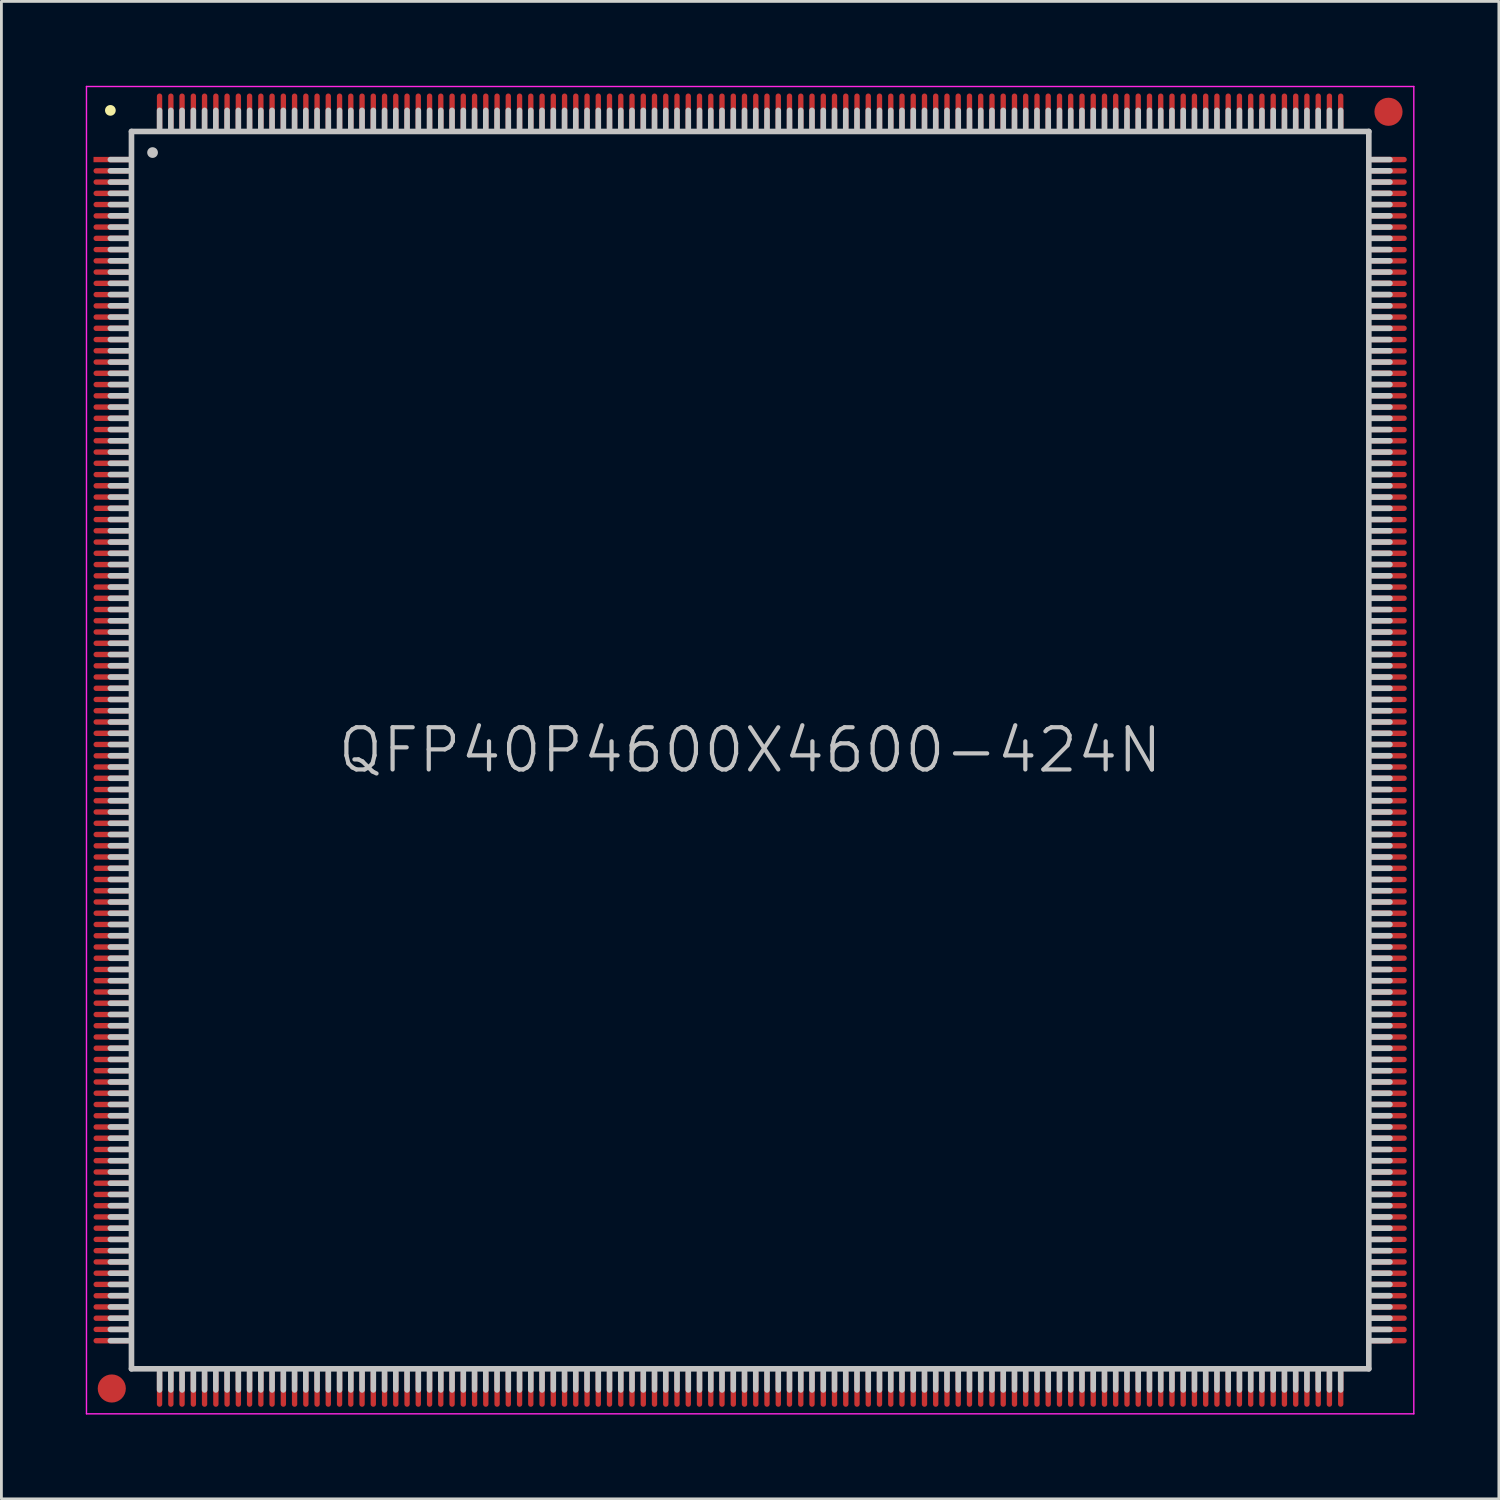
<source format=kicad_pcb>
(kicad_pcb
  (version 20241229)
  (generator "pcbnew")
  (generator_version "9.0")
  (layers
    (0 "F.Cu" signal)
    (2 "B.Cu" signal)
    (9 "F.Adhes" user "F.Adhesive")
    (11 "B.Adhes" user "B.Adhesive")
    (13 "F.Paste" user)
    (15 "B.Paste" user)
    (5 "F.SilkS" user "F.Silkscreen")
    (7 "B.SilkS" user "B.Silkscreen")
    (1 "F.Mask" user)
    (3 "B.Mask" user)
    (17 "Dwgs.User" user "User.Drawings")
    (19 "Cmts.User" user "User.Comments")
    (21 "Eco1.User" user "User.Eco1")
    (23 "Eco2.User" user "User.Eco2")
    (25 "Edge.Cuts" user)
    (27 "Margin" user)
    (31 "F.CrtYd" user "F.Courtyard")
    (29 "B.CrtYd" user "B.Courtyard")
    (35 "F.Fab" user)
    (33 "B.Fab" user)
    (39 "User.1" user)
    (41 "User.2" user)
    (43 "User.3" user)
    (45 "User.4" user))
  (footprint "QFP40P4600X4600-424N"
    (layer "F.Cu")
    (at 23.625 23.625)
    (property "Reference" "QFP40P4600X4600-424N" (at 0 0 0) (layer "Dwgs.User") (effects (font (size 1.5 1.5) (thickness 0.15))))
    (attr smd)
    (fp_line (start -22.75 -22.75) (end -22.75 -22.75) (stroke (width 0.381) (type solid)) (layer "F.SilkS"))
    (fp_line (start -22.05 -21) (end -22.75 -21) (stroke (width 0.2) (type solid)) (layer "Dwgs.User"))
    (fp_line (start -22.05 -20.6) (end -22.75 -20.6) (stroke (width 0.2) (type solid)) (layer "Dwgs.User"))
    (fp_line (start -22.05 -20.2) (end -22.75 -20.2) (stroke (width 0.2) (type solid)) (layer "Dwgs.User"))
    (fp_line (start -22.05 -19.8) (end -22.75 -19.8) (stroke (width 0.2) (type solid)) (layer "Dwgs.User"))
    (fp_line (start -22.05 -19.4) (end -22.75 -19.4) (stroke (width 0.2) (type solid)) (layer "Dwgs.User"))
    (fp_line (start -22.05 -19) (end -22.75 -19) (stroke (width 0.2) (type solid)) (layer "Dwgs.User"))
    (fp_line (start -22.05 -18.6) (end -22.75 -18.6) (stroke (width 0.2) (type solid)) (layer "Dwgs.User"))
    (fp_line (start -22.05 -18.2) (end -22.75 -18.2) (stroke (width 0.2) (type solid)) (layer "Dwgs.User"))
    (fp_line (start -22.05 -17.8) (end -22.75 -17.8) (stroke (width 0.2) (type solid)) (layer "Dwgs.User"))
    (fp_line (start -22.05 -17.4) (end -22.75 -17.4) (stroke (width 0.2) (type solid)) (layer "Dwgs.User"))
    (fp_line (start -22.05 -17) (end -22.75 -17) (stroke (width 0.2) (type solid)) (layer "Dwgs.User"))
    (fp_line (start -22.05 -16.6) (end -22.75 -16.6) (stroke (width 0.2) (type solid)) (layer "Dwgs.User"))
    (fp_line (start -22.05 -16.2) (end -22.75 -16.2) (stroke (width 0.2) (type solid)) (layer "Dwgs.User"))
    (fp_line (start -22.05 -15.8) (end -22.75 -15.8) (stroke (width 0.2) (type solid)) (layer "Dwgs.User"))
    (fp_line (start -22.05 -15.4) (end -22.75 -15.4) (stroke (width 0.2) (type solid)) (layer "Dwgs.User"))
    (fp_line (start -22.05 -15) (end -22.75 -15) (stroke (width 0.2) (type solid)) (layer "Dwgs.User"))
    (fp_line (start -22.05 -14.6) (end -22.75 -14.6) (stroke (width 0.2) (type solid)) (layer "Dwgs.User"))
    (fp_line (start -22.05 -14.2) (end -22.75 -14.2) (stroke (width 0.2) (type solid)) (layer "Dwgs.User"))
    (fp_line (start -22.05 -13.8) (end -22.75 -13.8) (stroke (width 0.2) (type solid)) (layer "Dwgs.User"))
    (fp_line (start -22.05 -13.4) (end -22.75 -13.4) (stroke (width 0.2) (type solid)) (layer "Dwgs.User"))
    (fp_line (start -22.05 -13) (end -22.75 -13) (stroke (width 0.2) (type solid)) (layer "Dwgs.User"))
    (fp_line (start -22.05 -12.6) (end -22.75 -12.6) (stroke (width 0.2) (type solid)) (layer "Dwgs.User"))
    (fp_line (start -22.05 -12.2) (end -22.75 -12.2) (stroke (width 0.2) (type solid)) (layer "Dwgs.User"))
    (fp_line (start -22.05 -11.8) (end -22.75 -11.8) (stroke (width 0.2) (type solid)) (layer "Dwgs.User"))
    (fp_line (start -22.05 -11.4) (end -22.75 -11.4) (stroke (width 0.2) (type solid)) (layer "Dwgs.User"))
    (fp_line (start -22.05 -11) (end -22.75 -11) (stroke (width 0.2) (type solid)) (layer "Dwgs.User"))
    (fp_line (start -22.05 -10.6) (end -22.75 -10.6) (stroke (width 0.2) (type solid)) (layer "Dwgs.User"))
    (fp_line (start -22.05 -10.2) (end -22.75 -10.2) (stroke (width 0.2) (type solid)) (layer "Dwgs.User"))
    (fp_line (start -22.05 -9.8) (end -22.75 -9.8) (stroke (width 0.2) (type solid)) (layer "Dwgs.User"))
    (fp_line (start -22.05 -9.4) (end -22.75 -9.4) (stroke (width 0.2) (type solid)) (layer "Dwgs.User"))
    (fp_line (start -22.05 -9) (end -22.75 -9) (stroke (width 0.2) (type solid)) (layer "Dwgs.User"))
    (fp_line (start -22.05 -8.6) (end -22.75 -8.6) (stroke (width 0.2) (type solid)) (layer "Dwgs.User"))
    (fp_line (start -22.05 -8.2) (end -22.75 -8.2) (stroke (width 0.2) (type solid)) (layer "Dwgs.User"))
    (fp_line (start -22.05 -7.8) (end -22.75 -7.8) (stroke (width 0.2) (type solid)) (layer "Dwgs.User"))
    (fp_line (start -22.05 -7.4) (end -22.75 -7.4) (stroke (width 0.2) (type solid)) (layer "Dwgs.User"))
    (fp_line (start -22.05 -7) (end -22.75 -7) (stroke (width 0.2) (type solid)) (layer "Dwgs.User"))
    (fp_line (start -22.05 -6.6) (end -22.75 -6.6) (stroke (width 0.2) (type solid)) (layer "Dwgs.User"))
    (fp_line (start -22.05 -6.2) (end -22.75 -6.2) (stroke (width 0.2) (type solid)) (layer "Dwgs.User"))
    (fp_line (start -22.05 -5.8) (end -22.75 -5.8) (stroke (width 0.2) (type solid)) (layer "Dwgs.User"))
    (fp_line (start -22.05 -5.4) (end -22.75 -5.4) (stroke (width 0.2) (type solid)) (layer "Dwgs.User"))
    (fp_line (start -22.05 -5) (end -22.75 -5) (stroke (width 0.2) (type solid)) (layer "Dwgs.User"))
    (fp_line (start -22.05 -4.6) (end -22.75 -4.6) (stroke (width 0.2) (type solid)) (layer "Dwgs.User"))
    (fp_line (start -22.05 -4.2) (end -22.75 -4.2) (stroke (width 0.2) (type solid)) (layer "Dwgs.User"))
    (fp_line (start -22.05 -3.8) (end -22.75 -3.8) (stroke (width 0.2) (type solid)) (layer "Dwgs.User"))
    (fp_line (start -22.05 -3.4) (end -22.75 -3.4) (stroke (width 0.2) (type solid)) (layer "Dwgs.User"))
    (fp_line (start -22.05 -3) (end -22.75 -3) (stroke (width 0.2) (type solid)) (layer "Dwgs.User"))
    (fp_line (start -22.05 -2.6) (end -22.75 -2.6) (stroke (width 0.2) (type solid)) (layer "Dwgs.User"))
    (fp_line (start -22.05 -2.2) (end -22.75 -2.2) (stroke (width 0.2) (type solid)) (layer "Dwgs.User"))
    (fp_line (start -22.05 -1.8) (end -22.75 -1.8) (stroke (width 0.2) (type solid)) (layer "Dwgs.User"))
    (fp_line (start -22.05 -1.4) (end -22.75 -1.4) (stroke (width 0.2) (type solid)) (layer "Dwgs.User"))
    (fp_line (start -22.05 -1) (end -22.75 -1) (stroke (width 0.2) (type solid)) (layer "Dwgs.User"))
    (fp_line (start -22.05 -0.6) (end -22.75 -0.6) (stroke (width 0.2) (type solid)) (layer "Dwgs.User"))
    (fp_line (start -22.05 -0.2) (end -22.75 -0.2) (stroke (width 0.2) (type solid)) (layer "Dwgs.User"))
    (fp_line (start -22.05 0.2) (end -22.75 0.2) (stroke (width 0.2) (type solid)) (layer "Dwgs.User"))
    (fp_line (start -22.05 0.6) (end -22.75 0.6) (stroke (width 0.2) (type solid)) (layer "Dwgs.User"))
    (fp_line (start -22.05 1) (end -22.75 1) (stroke (width 0.2) (type solid)) (layer "Dwgs.User"))
    (fp_line (start -22.05 1.4) (end -22.75 1.4) (stroke (width 0.2) (type solid)) (layer "Dwgs.User"))
    (fp_line (start -22.05 1.8) (end -22.75 1.8) (stroke (width 0.2) (type solid)) (layer "Dwgs.User"))
    (fp_line (start -22.05 2.2) (end -22.75 2.2) (stroke (width 0.2) (type solid)) (layer "Dwgs.User"))
    (fp_line (start -22.05 2.6) (end -22.75 2.6) (stroke (width 0.2) (type solid)) (layer "Dwgs.User"))
    (fp_line (start -22.05 3) (end -22.75 3) (stroke (width 0.2) (type solid)) (layer "Dwgs.User"))
    (fp_line (start -22.05 3.4) (end -22.75 3.4) (stroke (width 0.2) (type solid)) (layer "Dwgs.User"))
    (fp_line (start -22.05 3.8) (end -22.75 3.8) (stroke (width 0.2) (type solid)) (layer "Dwgs.User"))
    (fp_line (start -22.05 4.2) (end -22.75 4.2) (stroke (width 0.2) (type solid)) (layer "Dwgs.User"))
    (fp_line (start -22.05 4.6) (end -22.75 4.6) (stroke (width 0.2) (type solid)) (layer "Dwgs.User"))
    (fp_line (start -22.05 5) (end -22.75 5) (stroke (width 0.2) (type solid)) (layer "Dwgs.User"))
    (fp_line (start -22.05 5.4) (end -22.75 5.4) (stroke (width 0.2) (type solid)) (layer "Dwgs.User"))
    (fp_line (start -22.05 5.8) (end -22.75 5.8) (stroke (width 0.2) (type solid)) (layer "Dwgs.User"))
    (fp_line (start -22.05 6.2) (end -22.75 6.2) (stroke (width 0.2) (type solid)) (layer "Dwgs.User"))
    (fp_line (start -22.05 6.6) (end -22.75 6.6) (stroke (width 0.2) (type solid)) (layer "Dwgs.User"))
    (fp_line (start -22.05 7) (end -22.75 7) (stroke (width 0.2) (type solid)) (layer "Dwgs.User"))
    (fp_line (start -22.05 7.4) (end -22.75 7.4) (stroke (width 0.2) (type solid)) (layer "Dwgs.User"))
    (fp_line (start -22.05 7.8) (end -22.75 7.8) (stroke (width 0.2) (type solid)) (layer "Dwgs.User"))
    (fp_line (start -22.05 8.2) (end -22.75 8.2) (stroke (width 0.2) (type solid)) (layer "Dwgs.User"))
    (fp_line (start -22.05 8.6) (end -22.75 8.6) (stroke (width 0.2) (type solid)) (layer "Dwgs.User"))
    (fp_line (start -22.05 9) (end -22.75 9) (stroke (width 0.2) (type solid)) (layer "Dwgs.User"))
    (fp_line (start -22.05 9.4) (end -22.75 9.4) (stroke (width 0.2) (type solid)) (layer "Dwgs.User"))
    (fp_line (start -22.05 9.8) (end -22.75 9.8) (stroke (width 0.2) (type solid)) (layer "Dwgs.User"))
    (fp_line (start -22.05 10.2) (end -22.75 10.2) (stroke (width 0.2) (type solid)) (layer "Dwgs.User"))
    (fp_line (start -22.05 10.6) (end -22.75 10.6) (stroke (width 0.2) (type solid)) (layer "Dwgs.User"))
    (fp_line (start -22.05 11) (end -22.75 11) (stroke (width 0.2) (type solid)) (layer "Dwgs.User"))
    (fp_line (start -22.05 11.4) (end -22.75 11.4) (stroke (width 0.2) (type solid)) (layer "Dwgs.User"))
    (fp_line (start -22.05 11.8) (end -22.75 11.8) (stroke (width 0.2) (type solid)) (layer "Dwgs.User"))
    (fp_line (start -22.05 12.2) (end -22.75 12.2) (stroke (width 0.2) (type solid)) (layer "Dwgs.User"))
    (fp_line (start -22.05 12.6) (end -22.75 12.6) (stroke (width 0.2) (type solid)) (layer "Dwgs.User"))
    (fp_line (start -22.05 13) (end -22.75 13) (stroke (width 0.2) (type solid)) (layer "Dwgs.User"))
    (fp_line (start -22.05 13.4) (end -22.75 13.4) (stroke (width 0.2) (type solid)) (layer "Dwgs.User"))
    (fp_line (start -22.05 13.8) (end -22.75 13.8) (stroke (width 0.2) (type solid)) (layer "Dwgs.User"))
    (fp_line (start -22.05 14.2) (end -22.75 14.2) (stroke (width 0.2) (type solid)) (layer "Dwgs.User"))
    (fp_line (start -22.05 14.6) (end -22.75 14.6) (stroke (width 0.2) (type solid)) (layer "Dwgs.User"))
    (fp_line (start -22.05 15) (end -22.75 15) (stroke (width 0.2) (type solid)) (layer "Dwgs.User"))
    (fp_line (start -22.05 15.4) (end -22.75 15.4) (stroke (width 0.2) (type solid)) (layer "Dwgs.User"))
    (fp_line (start -22.05 15.8) (end -22.75 15.8) (stroke (width 0.2) (type solid)) (layer "Dwgs.User"))
    (fp_line (start -22.05 16.2) (end -22.75 16.2) (stroke (width 0.2) (type solid)) (layer "Dwgs.User"))
    (fp_line (start -22.05 16.6) (end -22.75 16.6) (stroke (width 0.2) (type solid)) (layer "Dwgs.User"))
    (fp_line (start -22.05 17) (end -22.75 17) (stroke (width 0.2) (type solid)) (layer "Dwgs.User"))
    (fp_line (start -22.05 17.4) (end -22.75 17.4) (stroke (width 0.2) (type solid)) (layer "Dwgs.User"))
    (fp_line (start -22.05 17.8) (end -22.75 17.8) (stroke (width 0.2) (type solid)) (layer "Dwgs.User"))
    (fp_line (start -22.05 18.2) (end -22.75 18.2) (stroke (width 0.2) (type solid)) (layer "Dwgs.User"))
    (fp_line (start -22.05 18.6) (end -22.75 18.6) (stroke (width 0.2) (type solid)) (layer "Dwgs.User"))
    (fp_line (start -22.05 19) (end -22.75 19) (stroke (width 0.2) (type solid)) (layer "Dwgs.User"))
    (fp_line (start -22.05 19.4) (end -22.75 19.4) (stroke (width 0.2) (type solid)) (layer "Dwgs.User"))
    (fp_line (start -22.05 19.8) (end -22.75 19.8) (stroke (width 0.2) (type solid)) (layer "Dwgs.User"))
    (fp_line (start -22.05 20.2) (end -22.75 20.2) (stroke (width 0.2) (type solid)) (layer "Dwgs.User"))
    (fp_line (start -22.05 20.6) (end -22.75 20.6) (stroke (width 0.2) (type solid)) (layer "Dwgs.User"))
    (fp_line (start -22.05 21) (end -22.75 21) (stroke (width 0.2) (type solid)) (layer "Dwgs.User"))
    (fp_line (start -22 -22) (end -22 22) (stroke (width 0.2) (type solid)) (layer "Dwgs.User"))
    (fp_line (start -22 -22) (end 22 -22) (stroke (width 0.2) (type solid)) (layer "Dwgs.User"))
    (fp_line (start -22 22) (end 22 22) (stroke (width 0.2) (type solid)) (layer "Dwgs.User"))
    (fp_line (start -21.25 -21.25) (end -21.25 -21.25) (stroke (width 0.381) (type solid)) (layer "Dwgs.User"))
    (fp_line (start -21 -22.75) (end -21 -22.05) (stroke (width 0.2) (type solid)) (layer "Dwgs.User"))
    (fp_line (start -21 22.05) (end -21 22.75) (stroke (width 0.2) (type solid)) (layer "Dwgs.User"))
    (fp_line (start -20.6 -22.75) (end -20.6 -22.05) (stroke (width 0.2) (type solid)) (layer "Dwgs.User"))
    (fp_line (start -20.6 22.05) (end -20.6 22.75) (stroke (width 0.2) (type solid)) (layer "Dwgs.User"))
    (fp_line (start -20.2 -22.75) (end -20.2 -22.05) (stroke (width 0.2) (type solid)) (layer "Dwgs.User"))
    (fp_line (start -20.2 22.05) (end -20.2 22.75) (stroke (width 0.2) (type solid)) (layer "Dwgs.User"))
    (fp_line (start -19.8 -22.75) (end -19.8 -22.05) (stroke (width 0.2) (type solid)) (layer "Dwgs.User"))
    (fp_line (start -19.8 22.05) (end -19.8 22.75) (stroke (width 0.2) (type solid)) (layer "Dwgs.User"))
    (fp_line (start -19.4 -22.75) (end -19.4 -22.05) (stroke (width 0.2) (type solid)) (layer "Dwgs.User"))
    (fp_line (start -19.4 22.05) (end -19.4 22.75) (stroke (width 0.2) (type solid)) (layer "Dwgs.User"))
    (fp_line (start -19 -22.75) (end -19 -22.05) (stroke (width 0.2) (type solid)) (layer "Dwgs.User"))
    (fp_line (start -19 22.05) (end -19 22.75) (stroke (width 0.2) (type solid)) (layer "Dwgs.User"))
    (fp_line (start -18.6 -22.75) (end -18.6 -22.05) (stroke (width 0.2) (type solid)) (layer "Dwgs.User"))
    (fp_line (start -18.6 22.05) (end -18.6 22.75) (stroke (width 0.2) (type solid)) (layer "Dwgs.User"))
    (fp_line (start -18.2 -22.75) (end -18.2 -22.05) (stroke (width 0.2) (type solid)) (layer "Dwgs.User"))
    (fp_line (start -18.2 22.05) (end -18.2 22.75) (stroke (width 0.2) (type solid)) (layer "Dwgs.User"))
    (fp_line (start -17.8 -22.75) (end -17.8 -22.05) (stroke (width 0.2) (type solid)) (layer "Dwgs.User"))
    (fp_line (start -17.8 22.05) (end -17.8 22.75) (stroke (width 0.2) (type solid)) (layer "Dwgs.User"))
    (fp_line (start -17.4 -22.75) (end -17.4 -22.05) (stroke (width 0.2) (type solid)) (layer "Dwgs.User"))
    (fp_line (start -17.4 22.05) (end -17.4 22.75) (stroke (width 0.2) (type solid)) (layer "Dwgs.User"))
    (fp_line (start -17 -22.75) (end -17 -22.05) (stroke (width 0.2) (type solid)) (layer "Dwgs.User"))
    (fp_line (start -17 22.05) (end -17 22.75) (stroke (width 0.2) (type solid)) (layer "Dwgs.User"))
    (fp_line (start -16.6 -22.75) (end -16.6 -22.05) (stroke (width 0.2) (type solid)) (layer "Dwgs.User"))
    (fp_line (start -16.6 22.05) (end -16.6 22.75) (stroke (width 0.2) (type solid)) (layer "Dwgs.User"))
    (fp_line (start -16.2 -22.75) (end -16.2 -22.05) (stroke (width 0.2) (type solid)) (layer "Dwgs.User"))
    (fp_line (start -16.2 22.05) (end -16.2 22.75) (stroke (width 0.2) (type solid)) (layer "Dwgs.User"))
    (fp_line (start -15.8 -22.75) (end -15.8 -22.05) (stroke (width 0.2) (type solid)) (layer "Dwgs.User"))
    (fp_line (start -15.8 22.05) (end -15.8 22.75) (stroke (width 0.2) (type solid)) (layer "Dwgs.User"))
    (fp_line (start -15.4 -22.75) (end -15.4 -22.05) (stroke (width 0.2) (type solid)) (layer "Dwgs.User"))
    (fp_line (start -15.4 22.05) (end -15.4 22.75) (stroke (width 0.2) (type solid)) (layer "Dwgs.User"))
    (fp_line (start -15 -22.75) (end -15 -22.05) (stroke (width 0.2) (type solid)) (layer "Dwgs.User"))
    (fp_line (start -15 22.05) (end -15 22.75) (stroke (width 0.2) (type solid)) (layer "Dwgs.User"))
    (fp_line (start -14.6 -22.75) (end -14.6 -22.05) (stroke (width 0.2) (type solid)) (layer "Dwgs.User"))
    (fp_line (start -14.6 22.05) (end -14.6 22.75) (stroke (width 0.2) (type solid)) (layer "Dwgs.User"))
    (fp_line (start -14.2 -22.75) (end -14.2 -22.05) (stroke (width 0.2) (type solid)) (layer "Dwgs.User"))
    (fp_line (start -14.2 22.05) (end -14.2 22.75) (stroke (width 0.2) (type solid)) (layer "Dwgs.User"))
    (fp_line (start -13.8 -22.75) (end -13.8 -22.05) (stroke (width 0.2) (type solid)) (layer "Dwgs.User"))
    (fp_line (start -13.8 22.05) (end -13.8 22.75) (stroke (width 0.2) (type solid)) (layer "Dwgs.User"))
    (fp_line (start -13.4 -22.75) (end -13.4 -22.05) (stroke (width 0.2) (type solid)) (layer "Dwgs.User"))
    (fp_line (start -13.4 22.05) (end -13.4 22.75) (stroke (width 0.2) (type solid)) (layer "Dwgs.User"))
    (fp_line (start -13 -22.75) (end -13 -22.05) (stroke (width 0.2) (type solid)) (layer "Dwgs.User"))
    (fp_line (start -13 22.05) (end -13 22.75) (stroke (width 0.2) (type solid)) (layer "Dwgs.User"))
    (fp_line (start -12.6 -22.75) (end -12.6 -22.05) (stroke (width 0.2) (type solid)) (layer "Dwgs.User"))
    (fp_line (start -12.6 22.05) (end -12.6 22.75) (stroke (width 0.2) (type solid)) (layer "Dwgs.User"))
    (fp_line (start -12.2 -22.75) (end -12.2 -22.05) (stroke (width 0.2) (type solid)) (layer "Dwgs.User"))
    (fp_line (start -12.2 22.05) (end -12.2 22.75) (stroke (width 0.2) (type solid)) (layer "Dwgs.User"))
    (fp_line (start -11.8 -22.75) (end -11.8 -22.05) (stroke (width 0.2) (type solid)) (layer "Dwgs.User"))
    (fp_line (start -11.8 22.05) (end -11.8 22.75) (stroke (width 0.2) (type solid)) (layer "Dwgs.User"))
    (fp_line (start -11.4 -22.75) (end -11.4 -22.05) (stroke (width 0.2) (type solid)) (layer "Dwgs.User"))
    (fp_line (start -11.4 22.05) (end -11.4 22.75) (stroke (width 0.2) (type solid)) (layer "Dwgs.User"))
    (fp_line (start -11 -22.75) (end -11 -22.05) (stroke (width 0.2) (type solid)) (layer "Dwgs.User"))
    (fp_line (start -11 22.05) (end -11 22.75) (stroke (width 0.2) (type solid)) (layer "Dwgs.User"))
    (fp_line (start -10.6 -22.75) (end -10.6 -22.05) (stroke (width 0.2) (type solid)) (layer "Dwgs.User"))
    (fp_line (start -10.6 22.05) (end -10.6 22.75) (stroke (width 0.2) (type solid)) (layer "Dwgs.User"))
    (fp_line (start -10.2 -22.75) (end -10.2 -22.05) (stroke (width 0.2) (type solid)) (layer "Dwgs.User"))
    (fp_line (start -10.2 22.05) (end -10.2 22.75) (stroke (width 0.2) (type solid)) (layer "Dwgs.User"))
    (fp_line (start -9.8 -22.75) (end -9.8 -22.05) (stroke (width 0.2) (type solid)) (layer "Dwgs.User"))
    (fp_line (start -9.8 22.05) (end -9.8 22.75) (stroke (width 0.2) (type solid)) (layer "Dwgs.User"))
    (fp_line (start -9.4 -22.75) (end -9.4 -22.05) (stroke (width 0.2) (type solid)) (layer "Dwgs.User"))
    (fp_line (start -9.4 22.05) (end -9.4 22.75) (stroke (width 0.2) (type solid)) (layer "Dwgs.User"))
    (fp_line (start -9 -22.75) (end -9 -22.05) (stroke (width 0.2) (type solid)) (layer "Dwgs.User"))
    (fp_line (start -9 22.05) (end -9 22.75) (stroke (width 0.2) (type solid)) (layer "Dwgs.User"))
    (fp_line (start -8.6 -22.75) (end -8.6 -22.05) (stroke (width 0.2) (type solid)) (layer "Dwgs.User"))
    (fp_line (start -8.6 22.05) (end -8.6 22.75) (stroke (width 0.2) (type solid)) (layer "Dwgs.User"))
    (fp_line (start -8.2 -22.75) (end -8.2 -22.05) (stroke (width 0.2) (type solid)) (layer "Dwgs.User"))
    (fp_line (start -8.2 22.05) (end -8.2 22.75) (stroke (width 0.2) (type solid)) (layer "Dwgs.User"))
    (fp_line (start -7.8 -22.75) (end -7.8 -22.05) (stroke (width 0.2) (type solid)) (layer "Dwgs.User"))
    (fp_line (start -7.8 22.05) (end -7.8 22.75) (stroke (width 0.2) (type solid)) (layer "Dwgs.User"))
    (fp_line (start -7.4 -22.75) (end -7.4 -22.05) (stroke (width 0.2) (type solid)) (layer "Dwgs.User"))
    (fp_line (start -7.4 22.05) (end -7.4 22.75) (stroke (width 0.2) (type solid)) (layer "Dwgs.User"))
    (fp_line (start -7 -22.75) (end -7 -22.05) (stroke (width 0.2) (type solid)) (layer "Dwgs.User"))
    (fp_line (start -7 22.05) (end -7 22.75) (stroke (width 0.2) (type solid)) (layer "Dwgs.User"))
    (fp_line (start -6.6 -22.75) (end -6.6 -22.05) (stroke (width 0.2) (type solid)) (layer "Dwgs.User"))
    (fp_line (start -6.6 22.05) (end -6.6 22.75) (stroke (width 0.2) (type solid)) (layer "Dwgs.User"))
    (fp_line (start -6.2 -22.75) (end -6.2 -22.05) (stroke (width 0.2) (type solid)) (layer "Dwgs.User"))
    (fp_line (start -6.2 22.05) (end -6.2 22.75) (stroke (width 0.2) (type solid)) (layer "Dwgs.User"))
    (fp_line (start -5.8 -22.75) (end -5.8 -22.05) (stroke (width 0.2) (type solid)) (layer "Dwgs.User"))
    (fp_line (start -5.8 22.05) (end -5.8 22.75) (stroke (width 0.2) (type solid)) (layer "Dwgs.User"))
    (fp_line (start -5.4 -22.75) (end -5.4 -22.05) (stroke (width 0.2) (type solid)) (layer "Dwgs.User"))
    (fp_line (start -5.4 22.05) (end -5.4 22.75) (stroke (width 0.2) (type solid)) (layer "Dwgs.User"))
    (fp_line (start -5 -22.75) (end -5 -22.05) (stroke (width 0.2) (type solid)) (layer "Dwgs.User"))
    (fp_line (start -5 22.05) (end -5 22.75) (stroke (width 0.2) (type solid)) (layer "Dwgs.User"))
    (fp_line (start -4.6 -22.75) (end -4.6 -22.05) (stroke (width 0.2) (type solid)) (layer "Dwgs.User"))
    (fp_line (start -4.6 22.05) (end -4.6 22.75) (stroke (width 0.2) (type solid)) (layer "Dwgs.User"))
    (fp_line (start -4.2 -22.75) (end -4.2 -22.05) (stroke (width 0.2) (type solid)) (layer "Dwgs.User"))
    (fp_line (start -4.2 22.05) (end -4.2 22.75) (stroke (width 0.2) (type solid)) (layer "Dwgs.User"))
    (fp_line (start -3.8 -22.75) (end -3.8 -22.05) (stroke (width 0.2) (type solid)) (layer "Dwgs.User"))
    (fp_line (start -3.8 22.05) (end -3.8 22.75) (stroke (width 0.2) (type solid)) (layer "Dwgs.User"))
    (fp_line (start -3.4 -22.75) (end -3.4 -22.05) (stroke (width 0.2) (type solid)) (layer "Dwgs.User"))
    (fp_line (start -3.4 22.05) (end -3.4 22.75) (stroke (width 0.2) (type solid)) (layer "Dwgs.User"))
    (fp_line (start -3 -22.75) (end -3 -22.05) (stroke (width 0.2) (type solid)) (layer "Dwgs.User"))
    (fp_line (start -3 22.05) (end -3 22.75) (stroke (width 0.2) (type solid)) (layer "Dwgs.User"))
    (fp_line (start -2.6 -22.75) (end -2.6 -22.05) (stroke (width 0.2) (type solid)) (layer "Dwgs.User"))
    (fp_line (start -2.6 22.05) (end -2.6 22.75) (stroke (width 0.2) (type solid)) (layer "Dwgs.User"))
    (fp_line (start -2.2 -22.75) (end -2.2 -22.05) (stroke (width 0.2) (type solid)) (layer "Dwgs.User"))
    (fp_line (start -2.2 22.05) (end -2.2 22.75) (stroke (width 0.2) (type solid)) (layer "Dwgs.User"))
    (fp_line (start -1.8 -22.75) (end -1.8 -22.05) (stroke (width 0.2) (type solid)) (layer "Dwgs.User"))
    (fp_line (start -1.8 22.05) (end -1.8 22.75) (stroke (width 0.2) (type solid)) (layer "Dwgs.User"))
    (fp_line (start -1.4 -22.75) (end -1.4 -22.05) (stroke (width 0.2) (type solid)) (layer "Dwgs.User"))
    (fp_line (start -1.4 22.05) (end -1.4 22.75) (stroke (width 0.2) (type solid)) (layer "Dwgs.User"))
    (fp_line (start -1 -22.75) (end -1 -22.05) (stroke (width 0.2) (type solid)) (layer "Dwgs.User"))
    (fp_line (start -1 22.05) (end -1 22.75) (stroke (width 0.2) (type solid)) (layer "Dwgs.User"))
    (fp_line (start -0.6 -22.75) (end -0.6 -22.05) (stroke (width 0.2) (type solid)) (layer "Dwgs.User"))
    (fp_line (start -0.6 22.05) (end -0.6 22.75) (stroke (width 0.2) (type solid)) (layer "Dwgs.User"))
    (fp_line (start -0.2 -22.75) (end -0.2 -22.05) (stroke (width 0.2) (type solid)) (layer "Dwgs.User"))
    (fp_line (start -0.2 22.05) (end -0.2 22.75) (stroke (width 0.2) (type solid)) (layer "Dwgs.User"))
    (fp_line (start 0.2 -22.75) (end 0.2 -22.05) (stroke (width 0.2) (type solid)) (layer "Dwgs.User"))
    (fp_line (start 0.2 22.05) (end 0.2 22.75) (stroke (width 0.2) (type solid)) (layer "Dwgs.User"))
    (fp_line (start 0.6 -22.75) (end 0.6 -22.05) (stroke (width 0.2) (type solid)) (layer "Dwgs.User"))
    (fp_line (start 0.6 22.05) (end 0.6 22.75) (stroke (width 0.2) (type solid)) (layer "Dwgs.User"))
    (fp_line (start 1 -22.75) (end 1 -22.05) (stroke (width 0.2) (type solid)) (layer "Dwgs.User"))
    (fp_line (start 1 22.05) (end 1 22.75) (stroke (width 0.2) (type solid)) (layer "Dwgs.User"))
    (fp_line (start 1.4 -22.75) (end 1.4 -22.05) (stroke (width 0.2) (type solid)) (layer "Dwgs.User"))
    (fp_line (start 1.4 22.05) (end 1.4 22.75) (stroke (width 0.2) (type solid)) (layer "Dwgs.User"))
    (fp_line (start 1.8 -22.75) (end 1.8 -22.05) (stroke (width 0.2) (type solid)) (layer "Dwgs.User"))
    (fp_line (start 1.8 22.05) (end 1.8 22.75) (stroke (width 0.2) (type solid)) (layer "Dwgs.User"))
    (fp_line (start 2.2 -22.75) (end 2.2 -22.05) (stroke (width 0.2) (type solid)) (layer "Dwgs.User"))
    (fp_line (start 2.2 22.05) (end 2.2 22.75) (stroke (width 0.2) (type solid)) (layer "Dwgs.User"))
    (fp_line (start 2.6 -22.75) (end 2.6 -22.05) (stroke (width 0.2) (type solid)) (layer "Dwgs.User"))
    (fp_line (start 2.6 22.05) (end 2.6 22.75) (stroke (width 0.2) (type solid)) (layer "Dwgs.User"))
    (fp_line (start 3 -22.75) (end 3 -22.05) (stroke (width 0.2) (type solid)) (layer "Dwgs.User"))
    (fp_line (start 3 22.05) (end 3 22.75) (stroke (width 0.2) (type solid)) (layer "Dwgs.User"))
    (fp_line (start 3.4 -22.75) (end 3.4 -22.05) (stroke (width 0.2) (type solid)) (layer "Dwgs.User"))
    (fp_line (start 3.4 22.05) (end 3.4 22.75) (stroke (width 0.2) (type solid)) (layer "Dwgs.User"))
    (fp_line (start 3.8 -22.75) (end 3.8 -22.05) (stroke (width 0.2) (type solid)) (layer "Dwgs.User"))
    (fp_line (start 3.8 22.05) (end 3.8 22.75) (stroke (width 0.2) (type solid)) (layer "Dwgs.User"))
    (fp_line (start 4.2 -22.75) (end 4.2 -22.05) (stroke (width 0.2) (type solid)) (layer "Dwgs.User"))
    (fp_line (start 4.2 22.05) (end 4.2 22.75) (stroke (width 0.2) (type solid)) (layer "Dwgs.User"))
    (fp_line (start 4.6 -22.75) (end 4.6 -22.05) (stroke (width 0.2) (type solid)) (layer "Dwgs.User"))
    (fp_line (start 4.6 22.05) (end 4.6 22.75) (stroke (width 0.2) (type solid)) (layer "Dwgs.User"))
    (fp_line (start 5 -22.75) (end 5 -22.05) (stroke (width 0.2) (type solid)) (layer "Dwgs.User"))
    (fp_line (start 5 22.05) (end 5 22.75) (stroke (width 0.2) (type solid)) (layer "Dwgs.User"))
    (fp_line (start 5.4 -22.75) (end 5.4 -22.05) (stroke (width 0.2) (type solid)) (layer "Dwgs.User"))
    (fp_line (start 5.4 22.05) (end 5.4 22.75) (stroke (width 0.2) (type solid)) (layer "Dwgs.User"))
    (fp_line (start 5.8 -22.75) (end 5.8 -22.05) (stroke (width 0.2) (type solid)) (layer "Dwgs.User"))
    (fp_line (start 5.8 22.05) (end 5.8 22.75) (stroke (width 0.2) (type solid)) (layer "Dwgs.User"))
    (fp_line (start 6.2 -22.75) (end 6.2 -22.05) (stroke (width 0.2) (type solid)) (layer "Dwgs.User"))
    (fp_line (start 6.2 22.05) (end 6.2 22.75) (stroke (width 0.2) (type solid)) (layer "Dwgs.User"))
    (fp_line (start 6.6 -22.75) (end 6.6 -22.05) (stroke (width 0.2) (type solid)) (layer "Dwgs.User"))
    (fp_line (start 6.6 22.05) (end 6.6 22.75) (stroke (width 0.2) (type solid)) (layer "Dwgs.User"))
    (fp_line (start 7 -22.75) (end 7 -22.05) (stroke (width 0.2) (type solid)) (layer "Dwgs.User"))
    (fp_line (start 7 22.05) (end 7 22.75) (stroke (width 0.2) (type solid)) (layer "Dwgs.User"))
    (fp_line (start 7.4 -22.75) (end 7.4 -22.05) (stroke (width 0.2) (type solid)) (layer "Dwgs.User"))
    (fp_line (start 7.4 22.05) (end 7.4 22.75) (stroke (width 0.2) (type solid)) (layer "Dwgs.User"))
    (fp_line (start 7.8 -22.75) (end 7.8 -22.05) (stroke (width 0.2) (type solid)) (layer "Dwgs.User"))
    (fp_line (start 7.8 22.05) (end 7.8 22.75) (stroke (width 0.2) (type solid)) (layer "Dwgs.User"))
    (fp_line (start 8.2 -22.75) (end 8.2 -22.05) (stroke (width 0.2) (type solid)) (layer "Dwgs.User"))
    (fp_line (start 8.2 22.05) (end 8.2 22.75) (stroke (width 0.2) (type solid)) (layer "Dwgs.User"))
    (fp_line (start 8.6 -22.75) (end 8.6 -22.05) (stroke (width 0.2) (type solid)) (layer "Dwgs.User"))
    (fp_line (start 8.6 22.05) (end 8.6 22.75) (stroke (width 0.2) (type solid)) (layer "Dwgs.User"))
    (fp_line (start 9 -22.75) (end 9 -22.05) (stroke (width 0.2) (type solid)) (layer "Dwgs.User"))
    (fp_line (start 9 22.05) (end 9 22.75) (stroke (width 0.2) (type solid)) (layer "Dwgs.User"))
    (fp_line (start 9.4 -22.75) (end 9.4 -22.05) (stroke (width 0.2) (type solid)) (layer "Dwgs.User"))
    (fp_line (start 9.4 22.05) (end 9.4 22.75) (stroke (width 0.2) (type solid)) (layer "Dwgs.User"))
    (fp_line (start 9.8 -22.75) (end 9.8 -22.05) (stroke (width 0.2) (type solid)) (layer "Dwgs.User"))
    (fp_line (start 9.8 22.05) (end 9.8 22.75) (stroke (width 0.2) (type solid)) (layer "Dwgs.User"))
    (fp_line (start 10.2 -22.75) (end 10.2 -22.05) (stroke (width 0.2) (type solid)) (layer "Dwgs.User"))
    (fp_line (start 10.2 22.05) (end 10.2 22.75) (stroke (width 0.2) (type solid)) (layer "Dwgs.User"))
    (fp_line (start 10.6 -22.75) (end 10.6 -22.05) (stroke (width 0.2) (type solid)) (layer "Dwgs.User"))
    (fp_line (start 10.6 22.05) (end 10.6 22.75) (stroke (width 0.2) (type solid)) (layer "Dwgs.User"))
    (fp_line (start 11 -22.75) (end 11 -22.05) (stroke (width 0.2) (type solid)) (layer "Dwgs.User"))
    (fp_line (start 11 22.05) (end 11 22.75) (stroke (width 0.2) (type solid)) (layer "Dwgs.User"))
    (fp_line (start 11.4 -22.75) (end 11.4 -22.05) (stroke (width 0.2) (type solid)) (layer "Dwgs.User"))
    (fp_line (start 11.4 22.05) (end 11.4 22.75) (stroke (width 0.2) (type solid)) (layer "Dwgs.User"))
    (fp_line (start 11.8 -22.75) (end 11.8 -22.05) (stroke (width 0.2) (type solid)) (layer "Dwgs.User"))
    (fp_line (start 11.8 22.05) (end 11.8 22.75) (stroke (width 0.2) (type solid)) (layer "Dwgs.User"))
    (fp_line (start 12.2 -22.75) (end 12.2 -22.05) (stroke (width 0.2) (type solid)) (layer "Dwgs.User"))
    (fp_line (start 12.2 22.05) (end 12.2 22.75) (stroke (width 0.2) (type solid)) (layer "Dwgs.User"))
    (fp_line (start 12.6 -22.75) (end 12.6 -22.05) (stroke (width 0.2) (type solid)) (layer "Dwgs.User"))
    (fp_line (start 12.6 22.05) (end 12.6 22.75) (stroke (width 0.2) (type solid)) (layer "Dwgs.User"))
    (fp_line (start 13 -22.75) (end 13 -22.05) (stroke (width 0.2) (type solid)) (layer "Dwgs.User"))
    (fp_line (start 13 22.05) (end 13 22.75) (stroke (width 0.2) (type solid)) (layer "Dwgs.User"))
    (fp_line (start 13.4 -22.75) (end 13.4 -22.05) (stroke (width 0.2) (type solid)) (layer "Dwgs.User"))
    (fp_line (start 13.4 22.05) (end 13.4 22.75) (stroke (width 0.2) (type solid)) (layer "Dwgs.User"))
    (fp_line (start 13.8 -22.75) (end 13.8 -22.05) (stroke (width 0.2) (type solid)) (layer "Dwgs.User"))
    (fp_line (start 13.8 22.05) (end 13.8 22.75) (stroke (width 0.2) (type solid)) (layer "Dwgs.User"))
    (fp_line (start 14.2 -22.75) (end 14.2 -22.05) (stroke (width 0.2) (type solid)) (layer "Dwgs.User"))
    (fp_line (start 14.2 22.05) (end 14.2 22.75) (stroke (width 0.2) (type solid)) (layer "Dwgs.User"))
    (fp_line (start 14.6 -22.75) (end 14.6 -22.05) (stroke (width 0.2) (type solid)) (layer "Dwgs.User"))
    (fp_line (start 14.6 22.05) (end 14.6 22.75) (stroke (width 0.2) (type solid)) (layer "Dwgs.User"))
    (fp_line (start 15 -22.75) (end 15 -22.05) (stroke (width 0.2) (type solid)) (layer "Dwgs.User"))
    (fp_line (start 15 22.05) (end 15 22.75) (stroke (width 0.2) (type solid)) (layer "Dwgs.User"))
    (fp_line (start 15.4 -22.75) (end 15.4 -22.05) (stroke (width 0.2) (type solid)) (layer "Dwgs.User"))
    (fp_line (start 15.4 22.05) (end 15.4 22.75) (stroke (width 0.2) (type solid)) (layer "Dwgs.User"))
    (fp_line (start 15.8 -22.75) (end 15.8 -22.05) (stroke (width 0.2) (type solid)) (layer "Dwgs.User"))
    (fp_line (start 15.8 22.05) (end 15.8 22.75) (stroke (width 0.2) (type solid)) (layer "Dwgs.User"))
    (fp_line (start 16.2 -22.75) (end 16.2 -22.05) (stroke (width 0.2) (type solid)) (layer "Dwgs.User"))
    (fp_line (start 16.2 22.05) (end 16.2 22.75) (stroke (width 0.2) (type solid)) (layer "Dwgs.User"))
    (fp_line (start 16.6 -22.75) (end 16.6 -22.05) (stroke (width 0.2) (type solid)) (layer "Dwgs.User"))
    (fp_line (start 16.6 22.05) (end 16.6 22.75) (stroke (width 0.2) (type solid)) (layer "Dwgs.User"))
    (fp_line (start 17 -22.75) (end 17 -22.05) (stroke (width 0.2) (type solid)) (layer "Dwgs.User"))
    (fp_line (start 17 22.05) (end 17 22.75) (stroke (width 0.2) (type solid)) (layer "Dwgs.User"))
    (fp_line (start 17.4 -22.75) (end 17.4 -22.05) (stroke (width 0.2) (type solid)) (layer "Dwgs.User"))
    (fp_line (start 17.4 22.05) (end 17.4 22.75) (stroke (width 0.2) (type solid)) (layer "Dwgs.User"))
    (fp_line (start 17.8 -22.75) (end 17.8 -22.05) (stroke (width 0.2) (type solid)) (layer "Dwgs.User"))
    (fp_line (start 17.8 22.05) (end 17.8 22.75) (stroke (width 0.2) (type solid)) (layer "Dwgs.User"))
    (fp_line (start 18.2 -22.75) (end 18.2 -22.05) (stroke (width 0.2) (type solid)) (layer "Dwgs.User"))
    (fp_line (start 18.2 22.05) (end 18.2 22.75) (stroke (width 0.2) (type solid)) (layer "Dwgs.User"))
    (fp_line (start 18.6 -22.75) (end 18.6 -22.05) (stroke (width 0.2) (type solid)) (layer "Dwgs.User"))
    (fp_line (start 18.6 22.05) (end 18.6 22.75) (stroke (width 0.2) (type solid)) (layer "Dwgs.User"))
    (fp_line (start 19 -22.75) (end 19 -22.05) (stroke (width 0.2) (type solid)) (layer "Dwgs.User"))
    (fp_line (start 19 22.05) (end 19 22.75) (stroke (width 0.2) (type solid)) (layer "Dwgs.User"))
    (fp_line (start 19.4 -22.75) (end 19.4 -22.05) (stroke (width 0.2) (type solid)) (layer "Dwgs.User"))
    (fp_line (start 19.4 22.05) (end 19.4 22.75) (stroke (width 0.2) (type solid)) (layer "Dwgs.User"))
    (fp_line (start 19.8 -22.75) (end 19.8 -22.05) (stroke (width 0.2) (type solid)) (layer "Dwgs.User"))
    (fp_line (start 19.8 22.05) (end 19.8 22.75) (stroke (width 0.2) (type solid)) (layer "Dwgs.User"))
    (fp_line (start 20.2 -22.75) (end 20.2 -22.05) (stroke (width 0.2) (type solid)) (layer "Dwgs.User"))
    (fp_line (start 20.2 22.05) (end 20.2 22.75) (stroke (width 0.2) (type solid)) (layer "Dwgs.User"))
    (fp_line (start 20.6 -22.75) (end 20.6 -22.05) (stroke (width 0.2) (type solid)) (layer "Dwgs.User"))
    (fp_line (start 20.6 22.05) (end 20.6 22.75) (stroke (width 0.2) (type solid)) (layer "Dwgs.User"))
    (fp_line (start 21 -22.75) (end 21 -22.05) (stroke (width 0.2) (type solid)) (layer "Dwgs.User"))
    (fp_line (start 21 22.05) (end 21 22.75) (stroke (width 0.2) (type solid)) (layer "Dwgs.User"))
    (fp_line (start 22 -22) (end 22 22) (stroke (width 0.2) (type solid)) (layer "Dwgs.User"))
    (fp_line (start 22.75 -21) (end 22.05 -21) (stroke (width 0.2) (type solid)) (layer "Dwgs.User"))
    (fp_line (start 22.75 -20.6) (end 22.05 -20.6) (stroke (width 0.2) (type solid)) (layer "Dwgs.User"))
    (fp_line (start 22.75 -20.2) (end 22.05 -20.2) (stroke (width 0.2) (type solid)) (layer "Dwgs.User"))
    (fp_line (start 22.75 -19.8) (end 22.05 -19.8) (stroke (width 0.2) (type solid)) (layer "Dwgs.User"))
    (fp_line (start 22.75 -19.4) (end 22.05 -19.4) (stroke (width 0.2) (type solid)) (layer "Dwgs.User"))
    (fp_line (start 22.75 -19) (end 22.05 -19) (stroke (width 0.2) (type solid)) (layer "Dwgs.User"))
    (fp_line (start 22.75 -18.6) (end 22.05 -18.6) (stroke (width 0.2) (type solid)) (layer "Dwgs.User"))
    (fp_line (start 22.75 -18.2) (end 22.05 -18.2) (stroke (width 0.2) (type solid)) (layer "Dwgs.User"))
    (fp_line (start 22.75 -17.8) (end 22.05 -17.8) (stroke (width 0.2) (type solid)) (layer "Dwgs.User"))
    (fp_line (start 22.75 -17.4) (end 22.05 -17.4) (stroke (width 0.2) (type solid)) (layer "Dwgs.User"))
    (fp_line (start 22.75 -17) (end 22.05 -17) (stroke (width 0.2) (type solid)) (layer "Dwgs.User"))
    (fp_line (start 22.75 -16.6) (end 22.05 -16.6) (stroke (width 0.2) (type solid)) (layer "Dwgs.User"))
    (fp_line (start 22.75 -16.2) (end 22.05 -16.2) (stroke (width 0.2) (type solid)) (layer "Dwgs.User"))
    (fp_line (start 22.75 -15.8) (end 22.05 -15.8) (stroke (width 0.2) (type solid)) (layer "Dwgs.User"))
    (fp_line (start 22.75 -15.4) (end 22.05 -15.4) (stroke (width 0.2) (type solid)) (layer "Dwgs.User"))
    (fp_line (start 22.75 -15) (end 22.05 -15) (stroke (width 0.2) (type solid)) (layer "Dwgs.User"))
    (fp_line (start 22.75 -14.6) (end 22.05 -14.6) (stroke (width 0.2) (type solid)) (layer "Dwgs.User"))
    (fp_line (start 22.75 -14.2) (end 22.05 -14.2) (stroke (width 0.2) (type solid)) (layer "Dwgs.User"))
    (fp_line (start 22.75 -13.8) (end 22.05 -13.8) (stroke (width 0.2) (type solid)) (layer "Dwgs.User"))
    (fp_line (start 22.75 -13.4) (end 22.05 -13.4) (stroke (width 0.2) (type solid)) (layer "Dwgs.User"))
    (fp_line (start 22.75 -13) (end 22.05 -13) (stroke (width 0.2) (type solid)) (layer "Dwgs.User"))
    (fp_line (start 22.75 -12.6) (end 22.05 -12.6) (stroke (width 0.2) (type solid)) (layer "Dwgs.User"))
    (fp_line (start 22.75 -12.2) (end 22.05 -12.2) (stroke (width 0.2) (type solid)) (layer "Dwgs.User"))
    (fp_line (start 22.75 -11.8) (end 22.05 -11.8) (stroke (width 0.2) (type solid)) (layer "Dwgs.User"))
    (fp_line (start 22.75 -11.4) (end 22.05 -11.4) (stroke (width 0.2) (type solid)) (layer "Dwgs.User"))
    (fp_line (start 22.75 -11) (end 22.05 -11) (stroke (width 0.2) (type solid)) (layer "Dwgs.User"))
    (fp_line (start 22.75 -10.6) (end 22.05 -10.6) (stroke (width 0.2) (type solid)) (layer "Dwgs.User"))
    (fp_line (start 22.75 -10.2) (end 22.05 -10.2) (stroke (width 0.2) (type solid)) (layer "Dwgs.User"))
    (fp_line (start 22.75 -9.8) (end 22.05 -9.8) (stroke (width 0.2) (type solid)) (layer "Dwgs.User"))
    (fp_line (start 22.75 -9.4) (end 22.05 -9.4) (stroke (width 0.2) (type solid)) (layer "Dwgs.User"))
    (fp_line (start 22.75 -9) (end 22.05 -9) (stroke (width 0.2) (type solid)) (layer "Dwgs.User"))
    (fp_line (start 22.75 -8.6) (end 22.05 -8.6) (stroke (width 0.2) (type solid)) (layer "Dwgs.User"))
    (fp_line (start 22.75 -8.2) (end 22.05 -8.2) (stroke (width 0.2) (type solid)) (layer "Dwgs.User"))
    (fp_line (start 22.75 -7.8) (end 22.05 -7.8) (stroke (width 0.2) (type solid)) (layer "Dwgs.User"))
    (fp_line (start 22.75 -7.4) (end 22.05 -7.4) (stroke (width 0.2) (type solid)) (layer "Dwgs.User"))
    (fp_line (start 22.75 -7) (end 22.05 -7) (stroke (width 0.2) (type solid)) (layer "Dwgs.User"))
    (fp_line (start 22.75 -6.6) (end 22.05 -6.6) (stroke (width 0.2) (type solid)) (layer "Dwgs.User"))
    (fp_line (start 22.75 -6.2) (end 22.05 -6.2) (stroke (width 0.2) (type solid)) (layer "Dwgs.User"))
    (fp_line (start 22.75 -5.8) (end 22.05 -5.8) (stroke (width 0.2) (type solid)) (layer "Dwgs.User"))
    (fp_line (start 22.75 -5.4) (end 22.05 -5.4) (stroke (width 0.2) (type solid)) (layer "Dwgs.User"))
    (fp_line (start 22.75 -5) (end 22.05 -5) (stroke (width 0.2) (type solid)) (layer "Dwgs.User"))
    (fp_line (start 22.75 -4.6) (end 22.05 -4.6) (stroke (width 0.2) (type solid)) (layer "Dwgs.User"))
    (fp_line (start 22.75 -4.2) (end 22.05 -4.2) (stroke (width 0.2) (type solid)) (layer "Dwgs.User"))
    (fp_line (start 22.75 -3.8) (end 22.05 -3.8) (stroke (width 0.2) (type solid)) (layer "Dwgs.User"))
    (fp_line (start 22.75 -3.4) (end 22.05 -3.4) (stroke (width 0.2) (type solid)) (layer "Dwgs.User"))
    (fp_line (start 22.75 -3) (end 22.05 -3) (stroke (width 0.2) (type solid)) (layer "Dwgs.User"))
    (fp_line (start 22.75 -2.6) (end 22.05 -2.6) (stroke (width 0.2) (type solid)) (layer "Dwgs.User"))
    (fp_line (start 22.75 -2.2) (end 22.05 -2.2) (stroke (width 0.2) (type solid)) (layer "Dwgs.User"))
    (fp_line (start 22.75 -1.8) (end 22.05 -1.8) (stroke (width 0.2) (type solid)) (layer "Dwgs.User"))
    (fp_line (start 22.75 -1.4) (end 22.05 -1.4) (stroke (width 0.2) (type solid)) (layer "Dwgs.User"))
    (fp_line (start 22.75 -1) (end 22.05 -1) (stroke (width 0.2) (type solid)) (layer "Dwgs.User"))
    (fp_line (start 22.75 -0.6) (end 22.05 -0.6) (stroke (width 0.2) (type solid)) (layer "Dwgs.User"))
    (fp_line (start 22.75 -0.2) (end 22.05 -0.2) (stroke (width 0.2) (type solid)) (layer "Dwgs.User"))
    (fp_line (start 22.75 0.2) (end 22.05 0.2) (stroke (width 0.2) (type solid)) (layer "Dwgs.User"))
    (fp_line (start 22.75 0.6) (end 22.05 0.6) (stroke (width 0.2) (type solid)) (layer "Dwgs.User"))
    (fp_line (start 22.75 1) (end 22.05 1) (stroke (width 0.2) (type solid)) (layer "Dwgs.User"))
    (fp_line (start 22.75 1.4) (end 22.05 1.4) (stroke (width 0.2) (type solid)) (layer "Dwgs.User"))
    (fp_line (start 22.75 1.8) (end 22.05 1.8) (stroke (width 0.2) (type solid)) (layer "Dwgs.User"))
    (fp_line (start 22.75 2.2) (end 22.05 2.2) (stroke (width 0.2) (type solid)) (layer "Dwgs.User"))
    (fp_line (start 22.75 2.6) (end 22.05 2.6) (stroke (width 0.2) (type solid)) (layer "Dwgs.User"))
    (fp_line (start 22.75 3) (end 22.05 3) (stroke (width 0.2) (type solid)) (layer "Dwgs.User"))
    (fp_line (start 22.75 3.4) (end 22.05 3.4) (stroke (width 0.2) (type solid)) (layer "Dwgs.User"))
    (fp_line (start 22.75 3.8) (end 22.05 3.8) (stroke (width 0.2) (type solid)) (layer "Dwgs.User"))
    (fp_line (start 22.75 4.2) (end 22.05 4.2) (stroke (width 0.2) (type solid)) (layer "Dwgs.User"))
    (fp_line (start 22.75 4.6) (end 22.05 4.6) (stroke (width 0.2) (type solid)) (layer "Dwgs.User"))
    (fp_line (start 22.75 5) (end 22.05 5) (stroke (width 0.2) (type solid)) (layer "Dwgs.User"))
    (fp_line (start 22.75 5.4) (end 22.05 5.4) (stroke (width 0.2) (type solid)) (layer "Dwgs.User"))
    (fp_line (start 22.75 5.8) (end 22.05 5.8) (stroke (width 0.2) (type solid)) (layer "Dwgs.User"))
    (fp_line (start 22.75 6.2) (end 22.05 6.2) (stroke (width 0.2) (type solid)) (layer "Dwgs.User"))
    (fp_line (start 22.75 6.6) (end 22.05 6.6) (stroke (width 0.2) (type solid)) (layer "Dwgs.User"))
    (fp_line (start 22.75 7) (end 22.05 7) (stroke (width 0.2) (type solid)) (layer "Dwgs.User"))
    (fp_line (start 22.75 7.4) (end 22.05 7.4) (stroke (width 0.2) (type solid)) (layer "Dwgs.User"))
    (fp_line (start 22.75 7.8) (end 22.05 7.8) (stroke (width 0.2) (type solid)) (layer "Dwgs.User"))
    (fp_line (start 22.75 8.2) (end 22.05 8.2) (stroke (width 0.2) (type solid)) (layer "Dwgs.User"))
    (fp_line (start 22.75 8.6) (end 22.05 8.6) (stroke (width 0.2) (type solid)) (layer "Dwgs.User"))
    (fp_line (start 22.75 9) (end 22.05 9) (stroke (width 0.2) (type solid)) (layer "Dwgs.User"))
    (fp_line (start 22.75 9.4) (end 22.05 9.4) (stroke (width 0.2) (type solid)) (layer "Dwgs.User"))
    (fp_line (start 22.75 9.8) (end 22.05 9.8) (stroke (width 0.2) (type solid)) (layer "Dwgs.User"))
    (fp_line (start 22.75 10.2) (end 22.05 10.2) (stroke (width 0.2) (type solid)) (layer "Dwgs.User"))
    (fp_line (start 22.75 10.6) (end 22.05 10.6) (stroke (width 0.2) (type solid)) (layer "Dwgs.User"))
    (fp_line (start 22.75 11) (end 22.05 11) (stroke (width 0.2) (type solid)) (layer "Dwgs.User"))
    (fp_line (start 22.75 11.4) (end 22.05 11.4) (stroke (width 0.2) (type solid)) (layer "Dwgs.User"))
    (fp_line (start 22.75 11.8) (end 22.05 11.8) (stroke (width 0.2) (type solid)) (layer "Dwgs.User"))
    (fp_line (start 22.75 12.2) (end 22.05 12.2) (stroke (width 0.2) (type solid)) (layer "Dwgs.User"))
    (fp_line (start 22.75 12.6) (end 22.05 12.6) (stroke (width 0.2) (type solid)) (layer "Dwgs.User"))
    (fp_line (start 22.75 13) (end 22.05 13) (stroke (width 0.2) (type solid)) (layer "Dwgs.User"))
    (fp_line (start 22.75 13.4) (end 22.05 13.4) (stroke (width 0.2) (type solid)) (layer "Dwgs.User"))
    (fp_line (start 22.75 13.8) (end 22.05 13.8) (stroke (width 0.2) (type solid)) (layer "Dwgs.User"))
    (fp_line (start 22.75 14.2) (end 22.05 14.2) (stroke (width 0.2) (type solid)) (layer "Dwgs.User"))
    (fp_line (start 22.75 14.6) (end 22.05 14.6) (stroke (width 0.2) (type solid)) (layer "Dwgs.User"))
    (fp_line (start 22.75 15) (end 22.05 15) (stroke (width 0.2) (type solid)) (layer "Dwgs.User"))
    (fp_line (start 22.75 15.4) (end 22.05 15.4) (stroke (width 0.2) (type solid)) (layer "Dwgs.User"))
    (fp_line (start 22.75 15.8) (end 22.05 15.8) (stroke (width 0.2) (type solid)) (layer "Dwgs.User"))
    (fp_line (start 22.75 16.2) (end 22.05 16.2) (stroke (width 0.2) (type solid)) (layer "Dwgs.User"))
    (fp_line (start 22.75 16.6) (end 22.05 16.6) (stroke (width 0.2) (type solid)) (layer "Dwgs.User"))
    (fp_line (start 22.75 17) (end 22.05 17) (stroke (width 0.2) (type solid)) (layer "Dwgs.User"))
    (fp_line (start 22.75 17.4) (end 22.05 17.4) (stroke (width 0.2) (type solid)) (layer "Dwgs.User"))
    (fp_line (start 22.75 17.8) (end 22.05 17.8) (stroke (width 0.2) (type solid)) (layer "Dwgs.User"))
    (fp_line (start 22.75 18.2) (end 22.05 18.2) (stroke (width 0.2) (type solid)) (layer "Dwgs.User"))
    (fp_line (start 22.75 18.6) (end 22.05 18.6) (stroke (width 0.2) (type solid)) (layer "Dwgs.User"))
    (fp_line (start 22.75 19) (end 22.05 19) (stroke (width 0.2) (type solid)) (layer "Dwgs.User"))
    (fp_line (start 22.75 19.4) (end 22.05 19.4) (stroke (width 0.2) (type solid)) (layer "Dwgs.User"))
    (fp_line (start 22.75 19.8) (end 22.05 19.8) (stroke (width 0.2) (type solid)) (layer "Dwgs.User"))
    (fp_line (start 22.75 20.2) (end 22.05 20.2) (stroke (width 0.2) (type solid)) (layer "Dwgs.User"))
    (fp_line (start 22.75 20.6) (end 22.05 20.6) (stroke (width 0.2) (type solid)) (layer "Dwgs.User"))
    (fp_line (start 22.75 21) (end 22.05 21) (stroke (width 0.2) (type solid)) (layer "Dwgs.User"))
    (fp_line (start -23.6 -23.6) (end -23.6 23.6) (stroke (width 0.05) (type solid)) (layer "F.CrtYd"))
    (fp_line (start -23.6 -23.6) (end 23.6 -23.6) (stroke (width 0.05) (type solid)) (layer "F.CrtYd"))
    (fp_line (start -23.6 23.6) (end 23.6 23.6) (stroke (width 0.05) (type solid)) (layer "F.CrtYd"))
    (fp_line (start 23.6 -23.6) (end 23.6 23.6) (stroke (width 0.05) (type solid)) (layer "F.CrtYd"))
    (pad "" smd circle (at -22.7 22.7) (size 1 1) (layers "F.Cu" "F.Mask"))
    (pad "" smd circle (at 22.7 -22.7) (size 1 1) (layers "F.Cu" "F.Mask"))
    (pad "1" smd rect (at -22.7 -21.001) (size 1.3 0.19) (layers "F.Cu" "F.Mask" "F.Paste"))
    (pad "2" smd oval (at -22.7 -20.599) (size 1.3 0.19) (layers "F.Cu" "F.Mask" "F.Paste"))
    (pad "3" smd oval (at -22.7 -20.201) (size 1.3 0.19) (layers "F.Cu" "F.Mask" "F.Paste"))
    (pad "4" smd oval (at -22.7 -19.799) (size 1.3 0.19) (layers "F.Cu" "F.Mask" "F.Paste"))
    (pad "5" smd oval (at -22.7 -19.401) (size 1.3 0.19) (layers "F.Cu" "F.Mask" "F.Paste"))
    (pad "6" smd oval (at -22.7 -18.999) (size 1.3 0.19) (layers "F.Cu" "F.Mask" "F.Paste"))
    (pad "7" smd oval (at -22.7 -18.6) (size 1.3 0.19) (layers "F.Cu" "F.Mask" "F.Paste"))
    (pad "8" smd oval (at -22.7 -18.199) (size 1.3 0.19) (layers "F.Cu" "F.Mask" "F.Paste"))
    (pad "9" smd oval (at -22.7 -17.8) (size 1.3 0.19) (layers "F.Cu" "F.Mask" "F.Paste"))
    (pad "10" smd oval (at -22.7 -17.399) (size 1.3 0.19) (layers "F.Cu" "F.Mask" "F.Paste"))
    (pad "11" smd oval (at -22.7 -17) (size 1.3 0.19) (layers "F.Cu" "F.Mask" "F.Paste"))
    (pad "12" smd oval (at -22.7 -16.599) (size 1.3 0.19) (layers "F.Cu" "F.Mask" "F.Paste"))
    (pad "13" smd oval (at -22.7 -16.2) (size 1.3 0.19) (layers "F.Cu" "F.Mask" "F.Paste"))
    (pad "14" smd oval (at -22.7 -15.799) (size 1.3 0.19) (layers "F.Cu" "F.Mask" "F.Paste"))
    (pad "15" smd oval (at -22.7 -15.4) (size 1.3 0.19) (layers "F.Cu" "F.Mask" "F.Paste"))
    (pad "16" smd oval (at -22.7 -15.001) (size 1.3 0.19) (layers "F.Cu" "F.Mask" "F.Paste"))
    (pad "17" smd oval (at -22.7 -14.6) (size 1.3 0.19) (layers "F.Cu" "F.Mask" "F.Paste"))
    (pad "18" smd oval (at -22.7 -14.201) (size 1.3 0.19) (layers "F.Cu" "F.Mask" "F.Paste"))
    (pad "19" smd oval (at -22.7 -13.8) (size 1.3 0.19) (layers "F.Cu" "F.Mask" "F.Paste"))
    (pad "20" smd oval (at -22.7 -13.401) (size 1.3 0.19) (layers "F.Cu" "F.Mask" "F.Paste"))
    (pad "21" smd oval (at -22.7 -13) (size 1.3 0.19) (layers "F.Cu" "F.Mask" "F.Paste"))
    (pad "22" smd oval (at -22.7 -12.601) (size 1.3 0.19) (layers "F.Cu" "F.Mask" "F.Paste"))
    (pad "23" smd oval (at -22.7 -12.2) (size 1.3 0.19) (layers "F.Cu" "F.Mask" "F.Paste"))
    (pad "24" smd oval (at -22.7 -11.801) (size 1.3 0.19) (layers "F.Cu" "F.Mask" "F.Paste"))
    (pad "25" smd oval (at -22.7 -11.4) (size 1.3 0.19) (layers "F.Cu" "F.Mask" "F.Paste"))
    (pad "26" smd oval (at -22.7 -11.001) (size 1.3 0.19) (layers "F.Cu" "F.Mask" "F.Paste"))
    (pad "27" smd oval (at -22.7 -10.599) (size 1.3 0.19) (layers "F.Cu" "F.Mask" "F.Paste"))
    (pad "28" smd oval (at -22.7 -10.201) (size 1.3 0.19) (layers "F.Cu" "F.Mask" "F.Paste"))
    (pad "29" smd oval (at -22.7 -9.799) (size 1.3 0.19) (layers "F.Cu" "F.Mask" "F.Paste"))
    (pad "30" smd oval (at -22.7 -9.401) (size 1.3 0.19) (layers "F.Cu" "F.Mask" "F.Paste"))
    (pad "31" smd oval (at -22.7 -8.999) (size 1.3 0.19) (layers "F.Cu" "F.Mask" "F.Paste"))
    (pad "32" smd oval (at -22.7 -8.6) (size 1.3 0.19) (layers "F.Cu" "F.Mask" "F.Paste"))
    (pad "33" smd oval (at -22.7 -8.199) (size 1.3 0.19) (layers "F.Cu" "F.Mask" "F.Paste"))
    (pad "34" smd oval (at -22.7 -7.8) (size 1.3 0.19) (layers "F.Cu" "F.Mask" "F.Paste"))
    (pad "35" smd oval (at -22.7 -7.399) (size 1.3 0.19) (layers "F.Cu" "F.Mask" "F.Paste"))
    (pad "36" smd oval (at -22.7 -7) (size 1.3 0.19) (layers "F.Cu" "F.Mask" "F.Paste"))
    (pad "37" smd oval (at -22.7 -6.599) (size 1.3 0.19) (layers "F.Cu" "F.Mask" "F.Paste"))
    (pad "38" smd oval (at -22.7 -6.2) (size 1.3 0.19) (layers "F.Cu" "F.Mask" "F.Paste"))
    (pad "39" smd oval (at -22.7 -5.799) (size 1.3 0.19) (layers "F.Cu" "F.Mask" "F.Paste"))
    (pad "40" smd oval (at -22.7 -5.4) (size 1.3 0.19) (layers "F.Cu" "F.Mask" "F.Paste"))
    (pad "41" smd oval (at -22.7 -5.001) (size 1.3 0.19) (layers "F.Cu" "F.Mask" "F.Paste"))
    (pad "42" smd oval (at -22.7 -4.6) (size 1.3 0.19) (layers "F.Cu" "F.Mask" "F.Paste"))
    (pad "43" smd oval (at -22.7 -4.201) (size 1.3 0.19) (layers "F.Cu" "F.Mask" "F.Paste"))
    (pad "44" smd oval (at -22.7 -3.8) (size 1.3 0.19) (layers "F.Cu" "F.Mask" "F.Paste"))
    (pad "45" smd oval (at -22.7 -3.401) (size 1.3 0.19) (layers "F.Cu" "F.Mask" "F.Paste"))
    (pad "46" smd oval (at -22.7 -3) (size 1.3 0.19) (layers "F.Cu" "F.Mask" "F.Paste"))
    (pad "47" smd oval (at -22.7 -2.601) (size 1.3 0.19) (layers "F.Cu" "F.Mask" "F.Paste"))
    (pad "48" smd oval (at -22.7 -2.2) (size 1.3 0.19) (layers "F.Cu" "F.Mask" "F.Paste"))
    (pad "49" smd oval (at -22.7 -1.801) (size 1.3 0.19) (layers "F.Cu" "F.Mask" "F.Paste"))
    (pad "50" smd oval (at -22.7 -1.4) (size 1.3 0.19) (layers "F.Cu" "F.Mask" "F.Paste"))
    (pad "51" smd oval (at -22.7 -1.001) (size 1.3 0.19) (layers "F.Cu" "F.Mask" "F.Paste"))
    (pad "52" smd oval (at -22.7 -0.599) (size 1.3 0.19) (layers "F.Cu" "F.Mask" "F.Paste"))
    (pad "53" smd oval (at -22.7 -0.201) (size 1.3 0.19) (layers "F.Cu" "F.Mask" "F.Paste"))
    (pad "54" smd oval (at -22.7 0.201) (size 1.3 0.19) (layers "F.Cu" "F.Mask" "F.Paste"))
    (pad "55" smd oval (at -22.7 0.599) (size 1.3 0.19) (layers "F.Cu" "F.Mask" "F.Paste"))
    (pad "56" smd oval (at -22.7 1.001) (size 1.3 0.19) (layers "F.Cu" "F.Mask" "F.Paste"))
    (pad "57" smd oval (at -22.7 1.4) (size 1.3 0.19) (layers "F.Cu" "F.Mask" "F.Paste"))
    (pad "58" smd oval (at -22.7 1.801) (size 1.3 0.19) (layers "F.Cu" "F.Mask" "F.Paste"))
    (pad "59" smd oval (at -22.7 2.2) (size 1.3 0.19) (layers "F.Cu" "F.Mask" "F.Paste"))
    (pad "60" smd oval (at -22.7 2.601) (size 1.3 0.19) (layers "F.Cu" "F.Mask" "F.Paste"))
    (pad "61" smd oval (at -22.7 3) (size 1.3 0.19) (layers "F.Cu" "F.Mask" "F.Paste"))
    (pad "62" smd oval (at -22.7 3.401) (size 1.3 0.19) (layers "F.Cu" "F.Mask" "F.Paste"))
    (pad "63" smd oval (at -22.7 3.8) (size 1.3 0.19) (layers "F.Cu" "F.Mask" "F.Paste"))
    (pad "64" smd oval (at -22.7 4.201) (size 1.3 0.19) (layers "F.Cu" "F.Mask" "F.Paste"))
    (pad "65" smd oval (at -22.7 4.6) (size 1.3 0.19) (layers "F.Cu" "F.Mask" "F.Paste"))
    (pad "66" smd oval (at -22.7 5.001) (size 1.3 0.19) (layers "F.Cu" "F.Mask" "F.Paste"))
    (pad "67" smd oval (at -22.7 5.4) (size 1.3 0.19) (layers "F.Cu" "F.Mask" "F.Paste"))
    (pad "68" smd oval (at -22.7 5.799) (size 1.3 0.19) (layers "F.Cu" "F.Mask" "F.Paste"))
    (pad "69" smd oval (at -22.7 6.2) (size 1.3 0.19) (layers "F.Cu" "F.Mask" "F.Paste"))
    (pad "70" smd oval (at -22.7 6.599) (size 1.3 0.19) (layers "F.Cu" "F.Mask" "F.Paste"))
    (pad "71" smd oval (at -22.7 7) (size 1.3 0.19) (layers "F.Cu" "F.Mask" "F.Paste"))
    (pad "72" smd oval (at -22.7 7.399) (size 1.3 0.19) (layers "F.Cu" "F.Mask" "F.Paste"))
    (pad "73" smd oval (at -22.7 7.8) (size 1.3 0.19) (layers "F.Cu" "F.Mask" "F.Paste"))
    (pad "74" smd oval (at -22.7 8.199) (size 1.3 0.19) (layers "F.Cu" "F.Mask" "F.Paste"))
    (pad "75" smd oval (at -22.7 8.6) (size 1.3 0.19) (layers "F.Cu" "F.Mask" "F.Paste"))
    (pad "76" smd oval (at -22.7 8.999) (size 1.3 0.19) (layers "F.Cu" "F.Mask" "F.Paste"))
    (pad "77" smd oval (at -22.7 9.401) (size 1.3 0.19) (layers "F.Cu" "F.Mask" "F.Paste"))
    (pad "78" smd oval (at -22.7 9.799) (size 1.3 0.19) (layers "F.Cu" "F.Mask" "F.Paste"))
    (pad "79" smd oval (at -22.7 10.201) (size 1.3 0.19) (layers "F.Cu" "F.Mask" "F.Paste"))
    (pad "80" smd oval (at -22.7 10.599) (size 1.3 0.19) (layers "F.Cu" "F.Mask" "F.Paste"))
    (pad "81" smd oval (at -22.7 11.001) (size 1.3 0.19) (layers "F.Cu" "F.Mask" "F.Paste"))
    (pad "82" smd oval (at -22.7 11.4) (size 1.3 0.19) (layers "F.Cu" "F.Mask" "F.Paste"))
    (pad "83" smd oval (at -22.7 11.801) (size 1.3 0.19) (layers "F.Cu" "F.Mask" "F.Paste"))
    (pad "84" smd oval (at -22.7 12.2) (size 1.3 0.19) (layers "F.Cu" "F.Mask" "F.Paste"))
    (pad "85" smd oval (at -22.7 12.601) (size 1.3 0.19) (layers "F.Cu" "F.Mask" "F.Paste"))
    (pad "86" smd oval (at -22.7 13) (size 1.3 0.19) (layers "F.Cu" "F.Mask" "F.Paste"))
    (pad "87" smd oval (at -22.7 13.401) (size 1.3 0.19) (layers "F.Cu" "F.Mask" "F.Paste"))
    (pad "88" smd oval (at -22.7 13.8) (size 1.3 0.19) (layers "F.Cu" "F.Mask" "F.Paste"))
    (pad "89" smd oval (at -22.7 14.201) (size 1.3 0.19) (layers "F.Cu" "F.Mask" "F.Paste"))
    (pad "90" smd oval (at -22.7 14.6) (size 1.3 0.19) (layers "F.Cu" "F.Mask" "F.Paste"))
    (pad "91" smd oval (at -22.7 15.001) (size 1.3 0.19) (layers "F.Cu" "F.Mask" "F.Paste"))
    (pad "92" smd oval (at -22.7 15.4) (size 1.3 0.19) (layers "F.Cu" "F.Mask" "F.Paste"))
    (pad "93" smd oval (at -22.7 15.799) (size 1.3 0.19) (layers "F.Cu" "F.Mask" "F.Paste"))
    (pad "94" smd oval (at -22.7 16.2) (size 1.3 0.19) (layers "F.Cu" "F.Mask" "F.Paste"))
    (pad "95" smd oval (at -22.7 16.599) (size 1.3 0.19) (layers "F.Cu" "F.Mask" "F.Paste"))
    (pad "96" smd oval (at -22.7 17) (size 1.3 0.19) (layers "F.Cu" "F.Mask" "F.Paste"))
    (pad "97" smd oval (at -22.7 17.399) (size 1.3 0.19) (layers "F.Cu" "F.Mask" "F.Paste"))
    (pad "98" smd oval (at -22.7 17.8) (size 1.3 0.19) (layers "F.Cu" "F.Mask" "F.Paste"))
    (pad "99" smd oval (at -22.7 18.199) (size 1.3 0.19) (layers "F.Cu" "F.Mask" "F.Paste"))
    (pad "100" smd oval (at -22.7 18.6) (size 1.3 0.19) (layers "F.Cu" "F.Mask" "F.Paste"))
    (pad "101" smd oval (at -22.7 18.999) (size 1.3 0.19) (layers "F.Cu" "F.Mask" "F.Paste"))
    (pad "102" smd oval (at -22.7 19.401) (size 1.3 0.19) (layers "F.Cu" "F.Mask" "F.Paste"))
    (pad "103" smd oval (at -22.7 19.799) (size 1.3 0.19) (layers "F.Cu" "F.Mask" "F.Paste"))
    (pad "104" smd oval (at -22.7 20.201) (size 1.3 0.19) (layers "F.Cu" "F.Mask" "F.Paste"))
    (pad "105" smd oval (at -22.7 20.599) (size 1.3 0.19) (layers "F.Cu" "F.Mask" "F.Paste"))
    (pad "106" smd oval (at -22.7 21.001) (size 1.3 0.19) (layers "F.Cu" "F.Mask" "F.Paste"))
    (pad "107" smd oval (at -21.001 22.7 90) (size 1.3 0.19) (layers "F.Cu" "F.Mask" "F.Paste"))
    (pad "108" smd oval (at -20.599 22.7 90) (size 1.3 0.19) (layers "F.Cu" "F.Mask" "F.Paste"))
    (pad "109" smd oval (at -20.201 22.7 90) (size 1.3 0.19) (layers "F.Cu" "F.Mask" "F.Paste"))
    (pad "110" smd oval (at -19.799 22.7 90) (size 1.3 0.19) (layers "F.Cu" "F.Mask" "F.Paste"))
    (pad "111" smd oval (at -19.401 22.7 90) (size 1.3 0.19) (layers "F.Cu" "F.Mask" "F.Paste"))
    (pad "112" smd oval (at -18.999 22.7 90) (size 1.3 0.19) (layers "F.Cu" "F.Mask" "F.Paste"))
    (pad "113" smd oval (at -18.6 22.7 90) (size 1.3 0.19) (layers "F.Cu" "F.Mask" "F.Paste"))
    (pad "114" smd oval (at -18.199 22.7 90) (size 1.3 0.19) (layers "F.Cu" "F.Mask" "F.Paste"))
    (pad "115" smd oval (at -17.8 22.7 90) (size 1.3 0.19) (layers "F.Cu" "F.Mask" "F.Paste"))
    (pad "116" smd oval (at -17.399 22.7 90) (size 1.3 0.19) (layers "F.Cu" "F.Mask" "F.Paste"))
    (pad "117" smd oval (at -17 22.7 90) (size 1.3 0.19) (layers "F.Cu" "F.Mask" "F.Paste"))
    (pad "118" smd oval (at -16.599 22.7 90) (size 1.3 0.19) (layers "F.Cu" "F.Mask" "F.Paste"))
    (pad "119" smd oval (at -16.2 22.7 90) (size 1.3 0.19) (layers "F.Cu" "F.Mask" "F.Paste"))
    (pad "120" smd oval (at -15.799 22.7 90) (size 1.3 0.19) (layers "F.Cu" "F.Mask" "F.Paste"))
    (pad "121" smd oval (at -15.4 22.7 90) (size 1.3 0.19) (layers "F.Cu" "F.Mask" "F.Paste"))
    (pad "122" smd oval (at -15.001 22.7 90) (size 1.3 0.19) (layers "F.Cu" "F.Mask" "F.Paste"))
    (pad "123" smd oval (at -14.6 22.7 90) (size 1.3 0.19) (layers "F.Cu" "F.Mask" "F.Paste"))
    (pad "124" smd oval (at -14.201 22.7 90) (size 1.3 0.19) (layers "F.Cu" "F.Mask" "F.Paste"))
    (pad "125" smd oval (at -13.8 22.7 90) (size 1.3 0.19) (layers "F.Cu" "F.Mask" "F.Paste"))
    (pad "126" smd oval (at -13.401 22.7 90) (size 1.3 0.19) (layers "F.Cu" "F.Mask" "F.Paste"))
    (pad "127" smd oval (at -13 22.7 90) (size 1.3 0.19) (layers "F.Cu" "F.Mask" "F.Paste"))
    (pad "128" smd oval (at -12.601 22.7 90) (size 1.3 0.19) (layers "F.Cu" "F.Mask" "F.Paste"))
    (pad "129" smd oval (at -12.2 22.7 90) (size 1.3 0.19) (layers "F.Cu" "F.Mask" "F.Paste"))
    (pad "130" smd oval (at -11.801 22.7 90) (size 1.3 0.19) (layers "F.Cu" "F.Mask" "F.Paste"))
    (pad "131" smd oval (at -11.399 22.7 90) (size 1.3 0.19) (layers "F.Cu" "F.Mask" "F.Paste"))
    (pad "132" smd oval (at -11.001 22.7 90) (size 1.3 0.19) (layers "F.Cu" "F.Mask" "F.Paste"))
    (pad "133" smd oval (at -10.599 22.7 90) (size 1.3 0.19) (layers "F.Cu" "F.Mask" "F.Paste"))
    (pad "134" smd oval (at -10.201 22.7 90) (size 1.3 0.19) (layers "F.Cu" "F.Mask" "F.Paste"))
    (pad "135" smd oval (at -9.799 22.7 90) (size 1.3 0.19) (layers "F.Cu" "F.Mask" "F.Paste"))
    (pad "136" smd oval (at -9.4 22.7 90) (size 1.3 0.19) (layers "F.Cu" "F.Mask" "F.Paste"))
    (pad "137" smd oval (at -8.999 22.7 90) (size 1.3 0.19) (layers "F.Cu" "F.Mask" "F.Paste"))
    (pad "138" smd oval (at -8.6 22.7 90) (size 1.3 0.19) (layers "F.Cu" "F.Mask" "F.Paste"))
    (pad "139" smd oval (at -8.199 22.7 90) (size 1.3 0.19) (layers "F.Cu" "F.Mask" "F.Paste"))
    (pad "140" smd oval (at -7.8 22.7 90) (size 1.3 0.19) (layers "F.Cu" "F.Mask" "F.Paste"))
    (pad "141" smd oval (at -7.399 22.7 90) (size 1.3 0.19) (layers "F.Cu" "F.Mask" "F.Paste"))
    (pad "142" smd oval (at -7 22.7 90) (size 1.3 0.19) (layers "F.Cu" "F.Mask" "F.Paste"))
    (pad "143" smd oval (at -6.599 22.7 90) (size 1.3 0.19) (layers "F.Cu" "F.Mask" "F.Paste"))
    (pad "144" smd oval (at -6.2 22.7 90) (size 1.3 0.19) (layers "F.Cu" "F.Mask" "F.Paste"))
    (pad "145" smd oval (at -5.799 22.7 90) (size 1.3 0.19) (layers "F.Cu" "F.Mask" "F.Paste"))
    (pad "146" smd oval (at -5.4 22.7 90) (size 1.3 0.19) (layers "F.Cu" "F.Mask" "F.Paste"))
    (pad "147" smd oval (at -5.001 22.7 90) (size 1.3 0.19) (layers "F.Cu" "F.Mask" "F.Paste"))
    (pad "148" smd oval (at -4.6 22.7 90) (size 1.3 0.19) (layers "F.Cu" "F.Mask" "F.Paste"))
    (pad "149" smd oval (at -4.201 22.7 90) (size 1.3 0.19) (layers "F.Cu" "F.Mask" "F.Paste"))
    (pad "150" smd oval (at -3.8 22.7 90) (size 1.3 0.19) (layers "F.Cu" "F.Mask" "F.Paste"))
    (pad "151" smd oval (at -3.401 22.7 90) (size 1.3 0.19) (layers "F.Cu" "F.Mask" "F.Paste"))
    (pad "152" smd oval (at -3 22.7 90) (size 1.3 0.19) (layers "F.Cu" "F.Mask" "F.Paste"))
    (pad "153" smd oval (at -2.601 22.7 90) (size 1.3 0.19) (layers "F.Cu" "F.Mask" "F.Paste"))
    (pad "154" smd oval (at -2.2 22.7 90) (size 1.3 0.19) (layers "F.Cu" "F.Mask" "F.Paste"))
    (pad "155" smd oval (at -1.801 22.7 90) (size 1.3 0.19) (layers "F.Cu" "F.Mask" "F.Paste"))
    (pad "156" smd oval (at -1.399 22.7 90) (size 1.3 0.19) (layers "F.Cu" "F.Mask" "F.Paste"))
    (pad "157" smd oval (at -1.001 22.7 90) (size 1.3 0.19) (layers "F.Cu" "F.Mask" "F.Paste"))
    (pad "158" smd oval (at -0.599 22.7 90) (size 1.3 0.19) (layers "F.Cu" "F.Mask" "F.Paste"))
    (pad "159" smd oval (at -0.201 22.7 90) (size 1.3 0.19) (layers "F.Cu" "F.Mask" "F.Paste"))
    (pad "160" smd oval (at 0.201 22.7 90) (size 1.3 0.19) (layers "F.Cu" "F.Mask" "F.Paste"))
    (pad "161" smd oval (at 0.599 22.7 90) (size 1.3 0.19) (layers "F.Cu" "F.Mask" "F.Paste"))
    (pad "162" smd oval (at 1.001 22.7 90) (size 1.3 0.19) (layers "F.Cu" "F.Mask" "F.Paste"))
    (pad "163" smd oval (at 1.399 22.7 90) (size 1.3 0.19) (layers "F.Cu" "F.Mask" "F.Paste"))
    (pad "164" smd oval (at 1.801 22.7 90) (size 1.3 0.19) (layers "F.Cu" "F.Mask" "F.Paste"))
    (pad "165" smd oval (at 2.2 22.7 90) (size 1.3 0.19) (layers "F.Cu" "F.Mask" "F.Paste"))
    (pad "166" smd oval (at 2.601 22.7 90) (size 1.3 0.19) (layers "F.Cu" "F.Mask" "F.Paste"))
    (pad "167" smd oval (at 3 22.7 90) (size 1.3 0.19) (layers "F.Cu" "F.Mask" "F.Paste"))
    (pad "168" smd oval (at 3.401 22.7 90) (size 1.3 0.19) (layers "F.Cu" "F.Mask" "F.Paste"))
    (pad "169" smd oval (at 3.8 22.7 90) (size 1.3 0.19) (layers "F.Cu" "F.Mask" "F.Paste"))
    (pad "170" smd oval (at 4.201 22.7 90) (size 1.3 0.19) (layers "F.Cu" "F.Mask" "F.Paste"))
    (pad "171" smd oval (at 4.6 22.7 90) (size 1.3 0.19) (layers "F.Cu" "F.Mask" "F.Paste"))
    (pad "172" smd oval (at 5.001 22.7 90) (size 1.3 0.19) (layers "F.Cu" "F.Mask" "F.Paste"))
    (pad "173" smd oval (at 5.4 22.7 90) (size 1.3 0.19) (layers "F.Cu" "F.Mask" "F.Paste"))
    (pad "174" smd oval (at 5.799 22.7 90) (size 1.3 0.19) (layers "F.Cu" "F.Mask" "F.Paste"))
    (pad "175" smd oval (at 6.2 22.7 90) (size 1.3 0.19) (layers "F.Cu" "F.Mask" "F.Paste"))
    (pad "176" smd oval (at 6.599 22.7 90) (size 1.3 0.19) (layers "F.Cu" "F.Mask" "F.Paste"))
    (pad "177" smd oval (at 7 22.7 90) (size 1.3 0.19) (layers "F.Cu" "F.Mask" "F.Paste"))
    (pad "178" smd oval (at 7.399 22.7 90) (size 1.3 0.19) (layers "F.Cu" "F.Mask" "F.Paste"))
    (pad "179" smd oval (at 7.8 22.7 90) (size 1.3 0.19) (layers "F.Cu" "F.Mask" "F.Paste"))
    (pad "180" smd oval (at 8.199 22.7 90) (size 1.3 0.19) (layers "F.Cu" "F.Mask" "F.Paste"))
    (pad "181" smd oval (at 8.6 22.7 90) (size 1.3 0.19) (layers "F.Cu" "F.Mask" "F.Paste"))
    (pad "182" smd oval (at 8.999 22.7 90) (size 1.3 0.19) (layers "F.Cu" "F.Mask" "F.Paste"))
    (pad "183" smd oval (at 9.4 22.7 90) (size 1.3 0.19) (layers "F.Cu" "F.Mask" "F.Paste"))
    (pad "184" smd oval (at 9.799 22.7 90) (size 1.3 0.19) (layers "F.Cu" "F.Mask" "F.Paste"))
    (pad "185" smd oval (at 10.201 22.7 90) (size 1.3 0.19) (layers "F.Cu" "F.Mask" "F.Paste"))
    (pad "186" smd oval (at 10.599 22.7 90) (size 1.3 0.19) (layers "F.Cu" "F.Mask" "F.Paste"))
    (pad "187" smd oval (at 11.001 22.7 90) (size 1.3 0.19) (layers "F.Cu" "F.Mask" "F.Paste"))
    (pad "188" smd oval (at 11.399 22.7 90) (size 1.3 0.19) (layers "F.Cu" "F.Mask" "F.Paste"))
    (pad "189" smd oval (at 11.801 22.7 90) (size 1.3 0.19) (layers "F.Cu" "F.Mask" "F.Paste"))
    (pad "190" smd oval (at 12.2 22.7 90) (size 1.3 0.19) (layers "F.Cu" "F.Mask" "F.Paste"))
    (pad "191" smd oval (at 12.601 22.7 90) (size 1.3 0.19) (layers "F.Cu" "F.Mask" "F.Paste"))
    (pad "192" smd oval (at 13 22.7 90) (size 1.3 0.19) (layers "F.Cu" "F.Mask" "F.Paste"))
    (pad "193" smd oval (at 13.401 22.7 90) (size 1.3 0.19) (layers "F.Cu" "F.Mask" "F.Paste"))
    (pad "194" smd oval (at 13.8 22.7 90) (size 1.3 0.19) (layers "F.Cu" "F.Mask" "F.Paste"))
    (pad "195" smd oval (at 14.201 22.7 90) (size 1.3 0.19) (layers "F.Cu" "F.Mask" "F.Paste"))
    (pad "196" smd oval (at 14.6 22.7 90) (size 1.3 0.19) (layers "F.Cu" "F.Mask" "F.Paste"))
    (pad "197" smd oval (at 15.001 22.7 90) (size 1.3 0.19) (layers "F.Cu" "F.Mask" "F.Paste"))
    (pad "198" smd oval (at 15.4 22.7 90) (size 1.3 0.19) (layers "F.Cu" "F.Mask" "F.Paste"))
    (pad "199" smd oval (at 15.799 22.7 90) (size 1.3 0.19) (layers "F.Cu" "F.Mask" "F.Paste"))
    (pad "200" smd oval (at 16.2 22.7 90) (size 1.3 0.19) (layers "F.Cu" "F.Mask" "F.Paste"))
    (pad "201" smd oval (at 16.599 22.7 90) (size 1.3 0.19) (layers "F.Cu" "F.Mask" "F.Paste"))
    (pad "202" smd oval (at 17 22.7 90) (size 1.3 0.19) (layers "F.Cu" "F.Mask" "F.Paste"))
    (pad "203" smd oval (at 17.399 22.7 90) (size 1.3 0.19) (layers "F.Cu" "F.Mask" "F.Paste"))
    (pad "204" smd oval (at 17.8 22.7 90) (size 1.3 0.19) (layers "F.Cu" "F.Mask" "F.Paste"))
    (pad "205" smd oval (at 18.199 22.7 90) (size 1.3 0.19) (layers "F.Cu" "F.Mask" "F.Paste"))
    (pad "206" smd oval (at 18.6 22.7 90) (size 1.3 0.19) (layers "F.Cu" "F.Mask" "F.Paste"))
    (pad "207" smd oval (at 18.999 22.7 90) (size 1.3 0.19) (layers "F.Cu" "F.Mask" "F.Paste"))
    (pad "208" smd oval (at 19.401 22.7 90) (size 1.3 0.19) (layers "F.Cu" "F.Mask" "F.Paste"))
    (pad "209" smd oval (at 19.799 22.7 90) (size 1.3 0.19) (layers "F.Cu" "F.Mask" "F.Paste"))
    (pad "210" smd oval (at 20.201 22.7 90) (size 1.3 0.19) (layers "F.Cu" "F.Mask" "F.Paste"))
    (pad "211" smd oval (at 20.599 22.7 90) (size 1.3 0.19) (layers "F.Cu" "F.Mask" "F.Paste"))
    (pad "212" smd oval (at 21.001 22.7 90) (size 1.3 0.19) (layers "F.Cu" "F.Mask" "F.Paste"))
    (pad "213" smd oval (at 22.7 21.001) (size 1.3 0.19) (layers "F.Cu" "F.Mask" "F.Paste"))
    (pad "214" smd oval (at 22.7 20.599) (size 1.3 0.19) (layers "F.Cu" "F.Mask" "F.Paste"))
    (pad "215" smd oval (at 22.7 20.201) (size 1.3 0.19) (layers "F.Cu" "F.Mask" "F.Paste"))
    (pad "216" smd oval (at 22.7 19.799) (size 1.3 0.19) (layers "F.Cu" "F.Mask" "F.Paste"))
    (pad "217" smd oval (at 22.7 19.401) (size 1.3 0.19) (layers "F.Cu" "F.Mask" "F.Paste"))
    (pad "218" smd oval (at 22.7 18.999) (size 1.3 0.19) (layers "F.Cu" "F.Mask" "F.Paste"))
    (pad "219" smd oval (at 22.7 18.6) (size 1.3 0.19) (layers "F.Cu" "F.Mask" "F.Paste"))
    (pad "220" smd oval (at 22.7 18.199) (size 1.3 0.19) (layers "F.Cu" "F.Mask" "F.Paste"))
    (pad "221" smd oval (at 22.7 17.8) (size 1.3 0.19) (layers "F.Cu" "F.Mask" "F.Paste"))
    (pad "222" smd oval (at 22.7 17.399) (size 1.3 0.19) (layers "F.Cu" "F.Mask" "F.Paste"))
    (pad "223" smd oval (at 22.7 17) (size 1.3 0.19) (layers "F.Cu" "F.Mask" "F.Paste"))
    (pad "224" smd oval (at 22.7 16.599) (size 1.3 0.19) (layers "F.Cu" "F.Mask" "F.Paste"))
    (pad "225" smd oval (at 22.7 16.2) (size 1.3 0.19) (layers "F.Cu" "F.Mask" "F.Paste"))
    (pad "226" smd oval (at 22.7 15.799) (size 1.3 0.19) (layers "F.Cu" "F.Mask" "F.Paste"))
    (pad "227" smd oval (at 22.7 15.4) (size 1.3 0.19) (layers "F.Cu" "F.Mask" "F.Paste"))
    (pad "228" smd oval (at 22.7 15.001) (size 1.3 0.19) (layers "F.Cu" "F.Mask" "F.Paste"))
    (pad "229" smd oval (at 22.7 14.6) (size 1.3 0.19) (layers "F.Cu" "F.Mask" "F.Paste"))
    (pad "230" smd oval (at 22.7 14.201) (size 1.3 0.19) (layers "F.Cu" "F.Mask" "F.Paste"))
    (pad "231" smd oval (at 22.7 13.8) (size 1.3 0.19) (layers "F.Cu" "F.Mask" "F.Paste"))
    (pad "232" smd oval (at 22.7 13.401) (size 1.3 0.19) (layers "F.Cu" "F.Mask" "F.Paste"))
    (pad "233" smd oval (at 22.7 13) (size 1.3 0.19) (layers "F.Cu" "F.Mask" "F.Paste"))
    (pad "234" smd oval (at 22.7 12.601) (size 1.3 0.19) (layers "F.Cu" "F.Mask" "F.Paste"))
    (pad "235" smd oval (at 22.7 12.2) (size 1.3 0.19) (layers "F.Cu" "F.Mask" "F.Paste"))
    (pad "236" smd oval (at 22.7 11.801) (size 1.3 0.19) (layers "F.Cu" "F.Mask" "F.Paste"))
    (pad "237" smd oval (at 22.7 11.4) (size 1.3 0.19) (layers "F.Cu" "F.Mask" "F.Paste"))
    (pad "238" smd oval (at 22.7 11.001) (size 1.3 0.19) (layers "F.Cu" "F.Mask" "F.Paste"))
    (pad "239" smd oval (at 22.7 10.599) (size 1.3 0.19) (layers "F.Cu" "F.Mask" "F.Paste"))
    (pad "240" smd oval (at 22.7 10.201) (size 1.3 0.19) (layers "F.Cu" "F.Mask" "F.Paste"))
    (pad "241" smd oval (at 22.7 9.799) (size 1.3 0.19) (layers "F.Cu" "F.Mask" "F.Paste"))
    (pad "242" smd oval (at 22.7 9.401) (size 1.3 0.19) (layers "F.Cu" "F.Mask" "F.Paste"))
    (pad "243" smd oval (at 22.7 8.999) (size 1.3 0.19) (layers "F.Cu" "F.Mask" "F.Paste"))
    (pad "244" smd oval (at 22.7 8.6) (size 1.3 0.19) (layers "F.Cu" "F.Mask" "F.Paste"))
    (pad "245" smd oval (at 22.7 8.199) (size 1.3 0.19) (layers "F.Cu" "F.Mask" "F.Paste"))
    (pad "246" smd oval (at 22.7 7.8) (size 1.3 0.19) (layers "F.Cu" "F.Mask" "F.Paste"))
    (pad "247" smd oval (at 22.7 7.399) (size 1.3 0.19) (layers "F.Cu" "F.Mask" "F.Paste"))
    (pad "248" smd oval (at 22.7 7) (size 1.3 0.19) (layers "F.Cu" "F.Mask" "F.Paste"))
    (pad "249" smd oval (at 22.7 6.599) (size 1.3 0.19) (layers "F.Cu" "F.Mask" "F.Paste"))
    (pad "250" smd oval (at 22.7 6.2) (size 1.3 0.19) (layers "F.Cu" "F.Mask" "F.Paste"))
    (pad "251" smd oval (at 22.7 5.799) (size 1.3 0.19) (layers "F.Cu" "F.Mask" "F.Paste"))
    (pad "252" smd oval (at 22.7 5.4) (size 1.3 0.19) (layers "F.Cu" "F.Mask" "F.Paste"))
    (pad "253" smd oval (at 22.7 5.001) (size 1.3 0.19) (layers "F.Cu" "F.Mask" "F.Paste"))
    (pad "254" smd oval (at 22.7 4.6) (size 1.3 0.19) (layers "F.Cu" "F.Mask" "F.Paste"))
    (pad "255" smd oval (at 22.7 4.201) (size 1.3 0.19) (layers "F.Cu" "F.Mask" "F.Paste"))
    (pad "256" smd oval (at 22.7 3.8) (size 1.3 0.19) (layers "F.Cu" "F.Mask" "F.Paste"))
    (pad "257" smd oval (at 22.7 3.401) (size 1.3 0.19) (layers "F.Cu" "F.Mask" "F.Paste"))
    (pad "258" smd oval (at 22.7 3) (size 1.3 0.19) (layers "F.Cu" "F.Mask" "F.Paste"))
    (pad "259" smd oval (at 22.7 2.601) (size 1.3 0.19) (layers "F.Cu" "F.Mask" "F.Paste"))
    (pad "260" smd oval (at 22.7 2.2) (size 1.3 0.19) (layers "F.Cu" "F.Mask" "F.Paste"))
    (pad "261" smd oval (at 22.7 1.801) (size 1.3 0.19) (layers "F.Cu" "F.Mask" "F.Paste"))
    (pad "262" smd oval (at 22.7 1.4) (size 1.3 0.19) (layers "F.Cu" "F.Mask" "F.Paste"))
    (pad "263" smd oval (at 22.7 1.001) (size 1.3 0.19) (layers "F.Cu" "F.Mask" "F.Paste"))
    (pad "264" smd oval (at 22.7 0.599) (size 1.3 0.19) (layers "F.Cu" "F.Mask" "F.Paste"))
    (pad "265" smd oval (at 22.7 0.201) (size 1.3 0.19) (layers "F.Cu" "F.Mask" "F.Paste"))
    (pad "266" smd oval (at 22.7 -0.201) (size 1.3 0.19) (layers "F.Cu" "F.Mask" "F.Paste"))
    (pad "267" smd oval (at 22.7 -0.599) (size 1.3 0.19) (layers "F.Cu" "F.Mask" "F.Paste"))
    (pad "268" smd oval (at 22.7 -1.001) (size 1.3 0.19) (layers "F.Cu" "F.Mask" "F.Paste"))
    (pad "269" smd oval (at 22.7 -1.4) (size 1.3 0.19) (layers "F.Cu" "F.Mask" "F.Paste"))
    (pad "270" smd oval (at 22.7 -1.801) (size 1.3 0.19) (layers "F.Cu" "F.Mask" "F.Paste"))
    (pad "271" smd oval (at 22.7 -2.2) (size 1.3 0.19) (layers "F.Cu" "F.Mask" "F.Paste"))
    (pad "272" smd oval (at 22.7 -2.601) (size 1.3 0.19) (layers "F.Cu" "F.Mask" "F.Paste"))
    (pad "273" smd oval (at 22.7 -3) (size 1.3 0.19) (layers "F.Cu" "F.Mask" "F.Paste"))
    (pad "274" smd oval (at 22.7 -3.401) (size 1.3 0.19) (layers "F.Cu" "F.Mask" "F.Paste"))
    (pad "275" smd oval (at 22.7 -3.8) (size 1.3 0.19) (layers "F.Cu" "F.Mask" "F.Paste"))
    (pad "276" smd oval (at 22.7 -4.201) (size 1.3 0.19) (layers "F.Cu" "F.Mask" "F.Paste"))
    (pad "277" smd oval (at 22.7 -4.6) (size 1.3 0.19) (layers "F.Cu" "F.Mask" "F.Paste"))
    (pad "278" smd oval (at 22.7 -5.001) (size 1.3 0.19) (layers "F.Cu" "F.Mask" "F.Paste"))
    (pad "279" smd oval (at 22.7 -5.4) (size 1.3 0.19) (layers "F.Cu" "F.Mask" "F.Paste"))
    (pad "280" smd oval (at 22.7 -5.799) (size 1.3 0.19) (layers "F.Cu" "F.Mask" "F.Paste"))
    (pad "281" smd oval (at 22.7 -6.2) (size 1.3 0.19) (layers "F.Cu" "F.Mask" "F.Paste"))
    (pad "282" smd oval (at 22.7 -6.599) (size 1.3 0.19) (layers "F.Cu" "F.Mask" "F.Paste"))
    (pad "283" smd oval (at 22.7 -7) (size 1.3 0.19) (layers "F.Cu" "F.Mask" "F.Paste"))
    (pad "284" smd oval (at 22.7 -7.399) (size 1.3 0.19) (layers "F.Cu" "F.Mask" "F.Paste"))
    (pad "285" smd oval (at 22.7 -7.8) (size 1.3 0.19) (layers "F.Cu" "F.Mask" "F.Paste"))
    (pad "286" smd oval (at 22.7 -8.199) (size 1.3 0.19) (layers "F.Cu" "F.Mask" "F.Paste"))
    (pad "287" smd oval (at 22.7 -8.6) (size 1.3 0.19) (layers "F.Cu" "F.Mask" "F.Paste"))
    (pad "288" smd oval (at 22.7 -8.999) (size 1.3 0.19) (layers "F.Cu" "F.Mask" "F.Paste"))
    (pad "289" smd oval (at 22.7 -9.401) (size 1.3 0.19) (layers "F.Cu" "F.Mask" "F.Paste"))
    (pad "290" smd oval (at 22.7 -9.799) (size 1.3 0.19) (layers "F.Cu" "F.Mask" "F.Paste"))
    (pad "291" smd oval (at 22.7 -10.201) (size 1.3 0.19) (layers "F.Cu" "F.Mask" "F.Paste"))
    (pad "292" smd oval (at 22.7 -10.599) (size 1.3 0.19) (layers "F.Cu" "F.Mask" "F.Paste"))
    (pad "293" smd oval (at 22.7 -11.001) (size 1.3 0.19) (layers "F.Cu" "F.Mask" "F.Paste"))
    (pad "294" smd oval (at 22.7 -11.4) (size 1.3 0.19) (layers "F.Cu" "F.Mask" "F.Paste"))
    (pad "295" smd oval (at 22.7 -11.801) (size 1.3 0.19) (layers "F.Cu" "F.Mask" "F.Paste"))
    (pad "296" smd oval (at 22.7 -12.2) (size 1.3 0.19) (layers "F.Cu" "F.Mask" "F.Paste"))
    (pad "297" smd oval (at 22.7 -12.601) (size 1.3 0.19) (layers "F.Cu" "F.Mask" "F.Paste"))
    (pad "298" smd oval (at 22.7 -13) (size 1.3 0.19) (layers "F.Cu" "F.Mask" "F.Paste"))
    (pad "299" smd oval (at 22.7 -13.401) (size 1.3 0.19) (layers "F.Cu" "F.Mask" "F.Paste"))
    (pad "300" smd oval (at 22.7 -13.8) (size 1.3 0.19) (layers "F.Cu" "F.Mask" "F.Paste"))
    (pad "301" smd oval (at 22.7 -14.201) (size 1.3 0.19) (layers "F.Cu" "F.Mask" "F.Paste"))
    (pad "302" smd oval (at 22.7 -14.6) (size 1.3 0.19) (layers "F.Cu" "F.Mask" "F.Paste"))
    (pad "303" smd oval (at 22.7 -15.001) (size 1.3 0.19) (layers "F.Cu" "F.Mask" "F.Paste"))
    (pad "304" smd oval (at 22.7 -15.4) (size 1.3 0.19) (layers "F.Cu" "F.Mask" "F.Paste"))
    (pad "305" smd oval (at 22.7 -15.799) (size 1.3 0.19) (layers "F.Cu" "F.Mask" "F.Paste"))
    (pad "306" smd oval (at 22.7 -16.2) (size 1.3 0.19) (layers "F.Cu" "F.Mask" "F.Paste"))
    (pad "307" smd oval (at 22.7 -16.599) (size 1.3 0.19) (layers "F.Cu" "F.Mask" "F.Paste"))
    (pad "308" smd oval (at 22.7 -17) (size 1.3 0.19) (layers "F.Cu" "F.Mask" "F.Paste"))
    (pad "309" smd oval (at 22.7 -17.399) (size 1.3 0.19) (layers "F.Cu" "F.Mask" "F.Paste"))
    (pad "310" smd oval (at 22.7 -17.8) (size 1.3 0.19) (layers "F.Cu" "F.Mask" "F.Paste"))
    (pad "311" smd oval (at 22.7 -18.199) (size 1.3 0.19) (layers "F.Cu" "F.Mask" "F.Paste"))
    (pad "312" smd oval (at 22.7 -18.6) (size 1.3 0.19) (layers "F.Cu" "F.Mask" "F.Paste"))
    (pad "313" smd oval (at 22.7 -18.999) (size 1.3 0.19) (layers "F.Cu" "F.Mask" "F.Paste"))
    (pad "314" smd oval (at 22.7 -19.401) (size 1.3 0.19) (layers "F.Cu" "F.Mask" "F.Paste"))
    (pad "315" smd oval (at 22.7 -19.799) (size 1.3 0.19) (layers "F.Cu" "F.Mask" "F.Paste"))
    (pad "316" smd oval (at 22.7 -20.201) (size 1.3 0.19) (layers "F.Cu" "F.Mask" "F.Paste"))
    (pad "317" smd oval (at 22.7 -20.599) (size 1.3 0.19) (layers "F.Cu" "F.Mask" "F.Paste"))
    (pad "318" smd oval (at 22.7 -21.001) (size 1.3 0.19) (layers "F.Cu" "F.Mask" "F.Paste"))
    (pad "319" smd oval (at 21.001 -22.7 90) (size 1.3 0.19) (layers "F.Cu" "F.Mask" "F.Paste"))
    (pad "320" smd oval (at 20.599 -22.7 90) (size 1.3 0.19) (layers "F.Cu" "F.Mask" "F.Paste"))
    (pad "321" smd oval (at 20.201 -22.7 90) (size 1.3 0.19) (layers "F.Cu" "F.Mask" "F.Paste"))
    (pad "322" smd oval (at 19.799 -22.7 90) (size 1.3 0.19) (layers "F.Cu" "F.Mask" "F.Paste"))
    (pad "323" smd oval (at 19.401 -22.7 90) (size 1.3 0.19) (layers "F.Cu" "F.Mask" "F.Paste"))
    (pad "324" smd oval (at 18.999 -22.7 90) (size 1.3 0.19) (layers "F.Cu" "F.Mask" "F.Paste"))
    (pad "325" smd oval (at 18.6 -22.7 90) (size 1.3 0.19) (layers "F.Cu" "F.Mask" "F.Paste"))
    (pad "326" smd oval (at 18.199 -22.7 90) (size 1.3 0.19) (layers "F.Cu" "F.Mask" "F.Paste"))
    (pad "327" smd oval (at 17.8 -22.7 90) (size 1.3 0.19) (layers "F.Cu" "F.Mask" "F.Paste"))
    (pad "328" smd oval (at 17.399 -22.7 90) (size 1.3 0.19) (layers "F.Cu" "F.Mask" "F.Paste"))
    (pad "329" smd oval (at 17 -22.7 90) (size 1.3 0.19) (layers "F.Cu" "F.Mask" "F.Paste"))
    (pad "330" smd oval (at 16.599 -22.7 90) (size 1.3 0.19) (layers "F.Cu" "F.Mask" "F.Paste"))
    (pad "331" smd oval (at 16.2 -22.7 90) (size 1.3 0.19) (layers "F.Cu" "F.Mask" "F.Paste"))
    (pad "332" smd oval (at 15.799 -22.7 90) (size 1.3 0.19) (layers "F.Cu" "F.Mask" "F.Paste"))
    (pad "333" smd oval (at 15.4 -22.7 90) (size 1.3 0.19) (layers "F.Cu" "F.Mask" "F.Paste"))
    (pad "334" smd oval (at 15.001 -22.7 90) (size 1.3 0.19) (layers "F.Cu" "F.Mask" "F.Paste"))
    (pad "335" smd oval (at 14.6 -22.7 90) (size 1.3 0.19) (layers "F.Cu" "F.Mask" "F.Paste"))
    (pad "336" smd oval (at 14.201 -22.7 90) (size 1.3 0.19) (layers "F.Cu" "F.Mask" "F.Paste"))
    (pad "337" smd oval (at 13.8 -22.7 90) (size 1.3 0.19) (layers "F.Cu" "F.Mask" "F.Paste"))
    (pad "338" smd oval (at 13.401 -22.7 90) (size 1.3 0.19) (layers "F.Cu" "F.Mask" "F.Paste"))
    (pad "339" smd oval (at 13 -22.7 90) (size 1.3 0.19) (layers "F.Cu" "F.Mask" "F.Paste"))
    (pad "340" smd oval (at 12.601 -22.7 90) (size 1.3 0.19) (layers "F.Cu" "F.Mask" "F.Paste"))
    (pad "341" smd oval (at 12.2 -22.7 90) (size 1.3 0.19) (layers "F.Cu" "F.Mask" "F.Paste"))
    (pad "342" smd oval (at 11.801 -22.7 90) (size 1.3 0.19) (layers "F.Cu" "F.Mask" "F.Paste"))
    (pad "343" smd oval (at 11.399 -22.7 90) (size 1.3 0.19) (layers "F.Cu" "F.Mask" "F.Paste"))
    (pad "344" smd oval (at 11.001 -22.7 90) (size 1.3 0.19) (layers "F.Cu" "F.Mask" "F.Paste"))
    (pad "345" smd oval (at 10.599 -22.7 90) (size 1.3 0.19) (layers "F.Cu" "F.Mask" "F.Paste"))
    (pad "346" smd oval (at 10.201 -22.7 90) (size 1.3 0.19) (layers "F.Cu" "F.Mask" "F.Paste"))
    (pad "347" smd oval (at 9.799 -22.7 90) (size 1.3 0.19) (layers "F.Cu" "F.Mask" "F.Paste"))
    (pad "348" smd oval (at 9.4 -22.7 90) (size 1.3 0.19) (layers "F.Cu" "F.Mask" "F.Paste"))
    (pad "349" smd oval (at 8.999 -22.7 90) (size 1.3 0.19) (layers "F.Cu" "F.Mask" "F.Paste"))
    (pad "350" smd oval (at 8.6 -22.7 90) (size 1.3 0.19) (layers "F.Cu" "F.Mask" "F.Paste"))
    (pad "351" smd oval (at 8.199 -22.7 90) (size 1.3 0.19) (layers "F.Cu" "F.Mask" "F.Paste"))
    (pad "352" smd oval (at 7.8 -22.7 90) (size 1.3 0.19) (layers "F.Cu" "F.Mask" "F.Paste"))
    (pad "353" smd oval (at 7.399 -22.7 90) (size 1.3 0.19) (layers "F.Cu" "F.Mask" "F.Paste"))
    (pad "354" smd oval (at 7 -22.7 90) (size 1.3 0.19) (layers "F.Cu" "F.Mask" "F.Paste"))
    (pad "355" smd oval (at 6.599 -22.7 90) (size 1.3 0.19) (layers "F.Cu" "F.Mask" "F.Paste"))
    (pad "356" smd oval (at 6.2 -22.7 90) (size 1.3 0.19) (layers "F.Cu" "F.Mask" "F.Paste"))
    (pad "357" smd oval (at 5.799 -22.7 90) (size 1.3 0.19) (layers "F.Cu" "F.Mask" "F.Paste"))
    (pad "358" smd oval (at 5.4 -22.7 90) (size 1.3 0.19) (layers "F.Cu" "F.Mask" "F.Paste"))
    (pad "359" smd oval (at 5.001 -22.7 90) (size 1.3 0.19) (layers "F.Cu" "F.Mask" "F.Paste"))
    (pad "360" smd oval (at 4.6 -22.7 90) (size 1.3 0.19) (layers "F.Cu" "F.Mask" "F.Paste"))
    (pad "361" smd oval (at 4.201 -22.7 90) (size 1.3 0.19) (layers "F.Cu" "F.Mask" "F.Paste"))
    (pad "362" smd oval (at 3.8 -22.7 90) (size 1.3 0.19) (layers "F.Cu" "F.Mask" "F.Paste"))
    (pad "363" smd oval (at 3.401 -22.7 90) (size 1.3 0.19) (layers "F.Cu" "F.Mask" "F.Paste"))
    (pad "364" smd oval (at 3 -22.7 90) (size 1.3 0.19) (layers "F.Cu" "F.Mask" "F.Paste"))
    (pad "365" smd oval (at 2.601 -22.7 90) (size 1.3 0.19) (layers "F.Cu" "F.Mask" "F.Paste"))
    (pad "366" smd oval (at 2.2 -22.7 90) (size 1.3 0.19) (layers "F.Cu" "F.Mask" "F.Paste"))
    (pad "367" smd oval (at 1.801 -22.7 90) (size 1.3 0.19) (layers "F.Cu" "F.Mask" "F.Paste"))
    (pad "368" smd oval (at 1.399 -22.7 90) (size 1.3 0.19) (layers "F.Cu" "F.Mask" "F.Paste"))
    (pad "369" smd oval (at 1.001 -22.7 90) (size 1.3 0.19) (layers "F.Cu" "F.Mask" "F.Paste"))
    (pad "370" smd oval (at 0.599 -22.7 90) (size 1.3 0.19) (layers "F.Cu" "F.Mask" "F.Paste"))
    (pad "371" smd oval (at 0.201 -22.7 90) (size 1.3 0.19) (layers "F.Cu" "F.Mask" "F.Paste"))
    (pad "372" smd oval (at -0.201 -22.7 90) (size 1.3 0.19) (layers "F.Cu" "F.Mask" "F.Paste"))
    (pad "373" smd oval (at -0.599 -22.7 90) (size 1.3 0.19) (layers "F.Cu" "F.Mask" "F.Paste"))
    (pad "374" smd oval (at -1.001 -22.7 90) (size 1.3 0.19) (layers "F.Cu" "F.Mask" "F.Paste"))
    (pad "375" smd oval (at -1.399 -22.7 90) (size 1.3 0.19) (layers "F.Cu" "F.Mask" "F.Paste"))
    (pad "376" smd oval (at -1.801 -22.7 90) (size 1.3 0.19) (layers "F.Cu" "F.Mask" "F.Paste"))
    (pad "377" smd oval (at -2.2 -22.7 90) (size 1.3 0.19) (layers "F.Cu" "F.Mask" "F.Paste"))
    (pad "378" smd oval (at -2.601 -22.7 90) (size 1.3 0.19) (layers "F.Cu" "F.Mask" "F.Paste"))
    (pad "379" smd oval (at -3 -22.7 90) (size 1.3 0.19) (layers "F.Cu" "F.Mask" "F.Paste"))
    (pad "380" smd oval (at -3.401 -22.7 90) (size 1.3 0.19) (layers "F.Cu" "F.Mask" "F.Paste"))
    (pad "381" smd oval (at -3.8 -22.7 90) (size 1.3 0.19) (layers "F.Cu" "F.Mask" "F.Paste"))
    (pad "382" smd oval (at -4.201 -22.7 90) (size 1.3 0.19) (layers "F.Cu" "F.Mask" "F.Paste"))
    (pad "383" smd oval (at -4.6 -22.7 90) (size 1.3 0.19) (layers "F.Cu" "F.Mask" "F.Paste"))
    (pad "384" smd oval (at -5.001 -22.7 90) (size 1.3 0.19) (layers "F.Cu" "F.Mask" "F.Paste"))
    (pad "385" smd oval (at -5.4 -22.7 90) (size 1.3 0.19) (layers "F.Cu" "F.Mask" "F.Paste"))
    (pad "386" smd oval (at -5.799 -22.7 90) (size 1.3 0.19) (layers "F.Cu" "F.Mask" "F.Paste"))
    (pad "387" smd oval (at -6.2 -22.7 90) (size 1.3 0.19) (layers "F.Cu" "F.Mask" "F.Paste"))
    (pad "388" smd oval (at -6.599 -22.7 90) (size 1.3 0.19) (layers "F.Cu" "F.Mask" "F.Paste"))
    (pad "389" smd oval (at -7 -22.7 90) (size 1.3 0.19) (layers "F.Cu" "F.Mask" "F.Paste"))
    (pad "390" smd oval (at -7.399 -22.7 90) (size 1.3 0.19) (layers "F.Cu" "F.Mask" "F.Paste"))
    (pad "391" smd oval (at -7.8 -22.7 90) (size 1.3 0.19) (layers "F.Cu" "F.Mask" "F.Paste"))
    (pad "392" smd oval (at -8.199 -22.7 90) (size 1.3 0.19) (layers "F.Cu" "F.Mask" "F.Paste"))
    (pad "393" smd oval (at -8.6 -22.7 90) (size 1.3 0.19) (layers "F.Cu" "F.Mask" "F.Paste"))
    (pad "394" smd oval (at -8.999 -22.7 90) (size 1.3 0.19) (layers "F.Cu" "F.Mask" "F.Paste"))
    (pad "395" smd oval (at -9.4 -22.7 90) (size 1.3 0.19) (layers "F.Cu" "F.Mask" "F.Paste"))
    (pad "396" smd oval (at -9.799 -22.7 90) (size 1.3 0.19) (layers "F.Cu" "F.Mask" "F.Paste"))
    (pad "397" smd oval (at -10.201 -22.7 90) (size 1.3 0.19) (layers "F.Cu" "F.Mask" "F.Paste"))
    (pad "398" smd oval (at -10.599 -22.7 90) (size 1.3 0.19) (layers "F.Cu" "F.Mask" "F.Paste"))
    (pad "399" smd oval (at -11.001 -22.7 90) (size 1.3 0.19) (layers "F.Cu" "F.Mask" "F.Paste"))
    (pad "400" smd oval (at -11.399 -22.7 90) (size 1.3 0.19) (layers "F.Cu" "F.Mask" "F.Paste"))
    (pad "401" smd oval (at -11.801 -22.7 90) (size 1.3 0.19) (layers "F.Cu" "F.Mask" "F.Paste"))
    (pad "402" smd oval (at -12.2 -22.7 90) (size 1.3 0.19) (layers "F.Cu" "F.Mask" "F.Paste"))
    (pad "403" smd oval (at -12.601 -22.7 90) (size 1.3 0.19) (layers "F.Cu" "F.Mask" "F.Paste"))
    (pad "404" smd oval (at -13 -22.7 90) (size 1.3 0.19) (layers "F.Cu" "F.Mask" "F.Paste"))
    (pad "405" smd oval (at -13.401 -22.7 90) (size 1.3 0.19) (layers "F.Cu" "F.Mask" "F.Paste"))
    (pad "406" smd oval (at -13.8 -22.7 90) (size 1.3 0.19) (layers "F.Cu" "F.Mask" "F.Paste"))
    (pad "407" smd oval (at -14.201 -22.7 90) (size 1.3 0.19) (layers "F.Cu" "F.Mask" "F.Paste"))
    (pad "408" smd oval (at -14.6 -22.7 90) (size 1.3 0.19) (layers "F.Cu" "F.Mask" "F.Paste"))
    (pad "409" smd oval (at -15.001 -22.7 90) (size 1.3 0.19) (layers "F.Cu" "F.Mask" "F.Paste"))
    (pad "410" smd oval (at -15.4 -22.7 90) (size 1.3 0.19) (layers "F.Cu" "F.Mask" "F.Paste"))
    (pad "411" smd oval (at -15.799 -22.7 90) (size 1.3 0.19) (layers "F.Cu" "F.Mask" "F.Paste"))
    (pad "412" smd oval (at -16.2 -22.7 90) (size 1.3 0.19) (layers "F.Cu" "F.Mask" "F.Paste"))
    (pad "413" smd oval (at -16.599 -22.7 90) (size 1.3 0.19) (layers "F.Cu" "F.Mask" "F.Paste"))
    (pad "414" smd oval (at -17 -22.7 90) (size 1.3 0.19) (layers "F.Cu" "F.Mask" "F.Paste"))
    (pad "415" smd oval (at -17.399 -22.7 90) (size 1.3 0.19) (layers "F.Cu" "F.Mask" "F.Paste"))
    (pad "416" smd oval (at -17.8 -22.7 90) (size 1.3 0.19) (layers "F.Cu" "F.Mask" "F.Paste"))
    (pad "417" smd oval (at -18.199 -22.7 90) (size 1.3 0.19) (layers "F.Cu" "F.Mask" "F.Paste"))
    (pad "418" smd oval (at -18.6 -22.7 90) (size 1.3 0.19) (layers "F.Cu" "F.Mask" "F.Paste"))
    (pad "419" smd oval (at -18.999 -22.7 90) (size 1.3 0.19) (layers "F.Cu" "F.Mask" "F.Paste"))
    (pad "420" smd oval (at -19.401 -22.7 90) (size 1.3 0.19) (layers "F.Cu" "F.Mask" "F.Paste"))
    (pad "421" smd oval (at -19.799 -22.7 90) (size 1.3 0.19) (layers "F.Cu" "F.Mask" "F.Paste"))
    (pad "422" smd oval (at -20.201 -22.7 90) (size 1.3 0.19) (layers "F.Cu" "F.Mask" "F.Paste"))
    (pad "423" smd oval (at -20.599 -22.7 90) (size 1.3 0.19) (layers "F.Cu" "F.Mask" "F.Paste"))
    (pad "424" smd oval (at -21.001 -22.7 90) (size 1.3 0.19) (layers "F.Cu" "F.Mask" "F.Paste")))
  (gr_rect
    (start -3 -3)
    (end 50.25 50.25)
    (stroke (width 0.1) (type default))
    (fill no)
    (layer "Edge.Cuts")))
</source>
